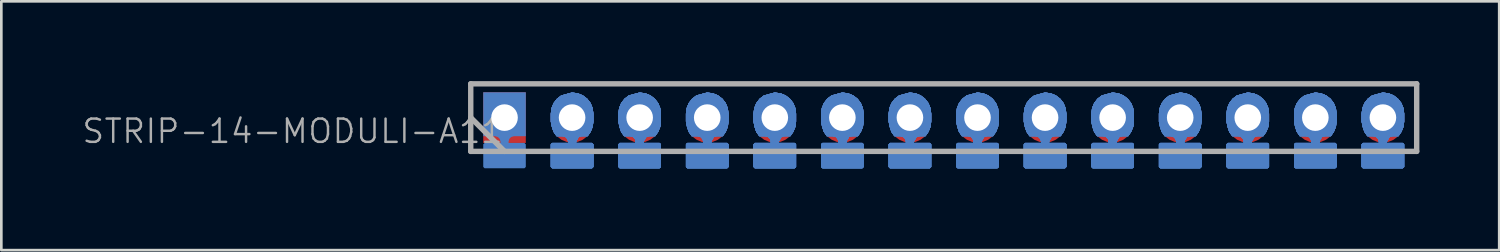
<source format=kicad_pcb>
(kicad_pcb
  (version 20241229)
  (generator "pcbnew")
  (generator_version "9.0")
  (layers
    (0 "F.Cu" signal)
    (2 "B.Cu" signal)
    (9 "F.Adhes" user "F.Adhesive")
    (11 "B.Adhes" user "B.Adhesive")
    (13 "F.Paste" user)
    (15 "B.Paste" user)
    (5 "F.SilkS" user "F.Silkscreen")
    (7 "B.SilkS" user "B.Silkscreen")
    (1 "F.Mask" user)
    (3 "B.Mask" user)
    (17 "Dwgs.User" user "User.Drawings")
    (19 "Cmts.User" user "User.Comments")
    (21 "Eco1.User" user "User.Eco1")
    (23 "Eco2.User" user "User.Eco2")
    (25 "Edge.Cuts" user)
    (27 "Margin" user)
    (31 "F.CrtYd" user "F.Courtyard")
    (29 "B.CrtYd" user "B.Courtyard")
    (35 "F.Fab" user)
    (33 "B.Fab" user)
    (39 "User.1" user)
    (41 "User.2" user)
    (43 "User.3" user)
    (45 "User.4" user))
  (footprint "STRIP-14-MODULI-A11"
    (layer "F.Cu")
    (at 15.916 1.371)
    (property "Reference" "STRIP-14-MODULI-A11" (at 0 0 0) (layer "F.Fab") (effects (font (size 0.874 0.874) (thickness 0.092)) (justify right top)))
    (attr through_hole)
    (fp_poly (pts (xy -0.8 -0.953) (xy 0.8 -0.953) (xy 0.8 0.953) (xy -0.8 0.953)) (stroke (width 0) (type solid)) (fill yes) (layer "F.Cu"))
    (fp_poly (pts (xy 1.74 0.025) (xy 1.74 -0.14) (xy 1.74 -0.14) (xy 1.767 -0.347) (xy 1.847 -0.54) (xy 1.974 -0.705) (xy 2.14 -0.833) (xy 2.54 -0.94) (xy 2.54 -0.94) (xy 2.747 -0.913) (xy 2.94 -0.833) (xy 3.106 -0.705) (xy 3.233 -0.54) (xy 3.313 -0.347) (xy 3.34 -0.14) (xy 3.34 0.025) (xy 3.34 0.14) (xy 3.34 0.14) (xy 3.313 0.347) (xy 3.233 0.54) (xy 3.106 0.705) (xy 2.94 0.833) (xy 2.747 0.913) (xy 2.54 0.94) (xy 2.54 0.94) (xy 2.333 0.913) (xy 2.14 0.833) (xy 1.974 0.705) (xy 1.847 0.54) (xy 1.74 0.14)) (stroke (width 0) (type solid)) (fill yes) (layer "F.Cu"))
    (fp_poly (pts (xy 4.28 0.025) (xy 4.28 -0.14) (xy 4.28 -0.14) (xy 4.307 -0.347) (xy 4.387 -0.54) (xy 4.514 -0.705) (xy 4.68 -0.833) (xy 5.08 -0.94) (xy 5.08 -0.94) (xy 5.287 -0.913) (xy 5.48 -0.833) (xy 5.646 -0.705) (xy 5.773 -0.54) (xy 5.853 -0.347) (xy 5.88 -0.14) (xy 5.88 0.025) (xy 5.88 0.14) (xy 5.88 0.14) (xy 5.853 0.347) (xy 5.773 0.54) (xy 5.646 0.705) (xy 5.48 0.833) (xy 5.287 0.913) (xy 5.08 0.94) (xy 5.08 0.94) (xy 4.873 0.913) (xy 4.68 0.833) (xy 4.514 0.705) (xy 4.387 0.54) (xy 4.28 0.14)) (stroke (width 0) (type solid)) (fill yes) (layer "F.Cu"))
    (fp_poly (pts (xy 6.82 0.025) (xy 6.82 -0.14) (xy 6.82 -0.14) (xy 6.847 -0.347) (xy 6.927 -0.54) (xy 7.054 -0.705) (xy 7.22 -0.833) (xy 7.62 -0.94) (xy 7.62 -0.94) (xy 7.827 -0.913) (xy 8.02 -0.833) (xy 8.186 -0.705) (xy 8.313 -0.54) (xy 8.393 -0.347) (xy 8.42 -0.14) (xy 8.42 0.025) (xy 8.42 0.14) (xy 8.42 0.14) (xy 8.393 0.347) (xy 8.313 0.54) (xy 8.186 0.705) (xy 8.02 0.833) (xy 7.827 0.913) (xy 7.62 0.94) (xy 7.62 0.94) (xy 7.413 0.913) (xy 7.22 0.833) (xy 7.054 0.705) (xy 6.927 0.54) (xy 6.82 0.14)) (stroke (width 0) (type solid)) (fill yes) (layer "F.Cu"))
    (fp_poly (pts (xy 9.36 0.025) (xy 9.36 -0.14) (xy 9.36 -0.14) (xy 9.387 -0.347) (xy 9.467 -0.54) (xy 9.594 -0.705) (xy 9.76 -0.833) (xy 10.16 -0.94) (xy 10.16 -0.94) (xy 10.367 -0.913) (xy 10.56 -0.833) (xy 10.726 -0.705) (xy 10.853 -0.54) (xy 10.933 -0.347) (xy 10.96 -0.14) (xy 10.96 0.025) (xy 10.96 0.14) (xy 10.96 0.14) (xy 10.933 0.347) (xy 10.853 0.54) (xy 10.726 0.705) (xy 10.56 0.833) (xy 10.367 0.913) (xy 10.16 0.94) (xy 10.16 0.94) (xy 9.953 0.913) (xy 9.76 0.833) (xy 9.594 0.705) (xy 9.467 0.54) (xy 9.36 0.14)) (stroke (width 0) (type solid)) (fill yes) (layer "F.Cu"))
    (fp_poly (pts (xy 11.9 0.025) (xy 11.9 -0.14) (xy 11.9 -0.14) (xy 11.927 -0.347) (xy 12.007 -0.54) (xy 12.134 -0.705) (xy 12.3 -0.833) (xy 12.7 -0.94) (xy 12.7 -0.94) (xy 12.907 -0.913) (xy 13.1 -0.833) (xy 13.266 -0.705) (xy 13.393 -0.54) (xy 13.473 -0.347) (xy 13.5 -0.14) (xy 13.5 0.025) (xy 13.5 0.14) (xy 13.5 0.14) (xy 13.473 0.347) (xy 13.393 0.54) (xy 13.266 0.705) (xy 13.1 0.833) (xy 12.907 0.913) (xy 12.7 0.94) (xy 12.7 0.94) (xy 12.493 0.913) (xy 12.3 0.833) (xy 12.134 0.705) (xy 12.007 0.54) (xy 11.9 0.14)) (stroke (width 0) (type solid)) (fill yes) (layer "F.Cu"))
    (fp_poly (pts (xy 14.44 0.025) (xy 14.44 -0.14) (xy 14.44 -0.14) (xy 14.467 -0.347) (xy 14.547 -0.54) (xy 14.674 -0.705) (xy 14.84 -0.833) (xy 15.24 -0.94) (xy 15.24 -0.94) (xy 15.447 -0.913) (xy 15.64 -0.833) (xy 15.806 -0.705) (xy 15.933 -0.54) (xy 16.013 -0.347) (xy 16.04 -0.14) (xy 16.04 0.025) (xy 16.04 0.14) (xy 16.04 0.14) (xy 16.013 0.347) (xy 15.933 0.54) (xy 15.806 0.705) (xy 15.64 0.833) (xy 15.447 0.913) (xy 15.24 0.94) (xy 15.24 0.94) (xy 15.033 0.913) (xy 14.84 0.833) (xy 14.674 0.705) (xy 14.547 0.54) (xy 14.44 0.14)) (stroke (width 0) (type solid)) (fill yes) (layer "F.Cu"))
    (fp_poly (pts (xy 16.98 0.025) (xy 16.98 -0.14) (xy 16.98 -0.14) (xy 17.007 -0.347) (xy 17.087 -0.54) (xy 17.214 -0.705) (xy 17.38 -0.833) (xy 17.78 -0.94) (xy 17.78 -0.94) (xy 17.987 -0.913) (xy 18.18 -0.833) (xy 18.346 -0.705) (xy 18.473 -0.54) (xy 18.553 -0.347) (xy 18.58 -0.14) (xy 18.58 0.025) (xy 18.58 0.14) (xy 18.58 0.14) (xy 18.553 0.347) (xy 18.473 0.54) (xy 18.346 0.705) (xy 18.18 0.833) (xy 17.987 0.913) (xy 17.78 0.94) (xy 17.78 0.94) (xy 17.573 0.913) (xy 17.38 0.833) (xy 17.214 0.705) (xy 17.087 0.54) (xy 16.98 0.14)) (stroke (width 0) (type solid)) (fill yes) (layer "F.Cu"))
    (fp_poly (pts (xy 19.52 0.025) (xy 19.52 -0.14) (xy 19.52 -0.14) (xy 19.547 -0.347) (xy 19.627 -0.54) (xy 19.754 -0.705) (xy 19.92 -0.833) (xy 20.32 -0.94) (xy 20.32 -0.94) (xy 20.527 -0.913) (xy 20.72 -0.833) (xy 20.886 -0.705) (xy 21.013 -0.54) (xy 21.093 -0.347) (xy 21.12 -0.14) (xy 21.12 0.025) (xy 21.12 0.14) (xy 21.12 0.14) (xy 21.093 0.347) (xy 21.013 0.54) (xy 20.886 0.705) (xy 20.72 0.833) (xy 20.527 0.913) (xy 20.32 0.94) (xy 20.32 0.94) (xy 20.113 0.913) (xy 19.92 0.833) (xy 19.754 0.705) (xy 19.627 0.54) (xy 19.52 0.14)) (stroke (width 0) (type solid)) (fill yes) (layer "F.Cu"))
    (fp_poly (pts (xy 22.06 0.025) (xy 22.06 -0.14) (xy 22.06 -0.14) (xy 22.087 -0.347) (xy 22.167 -0.54) (xy 22.294 -0.705) (xy 22.46 -0.833) (xy 22.86 -0.94) (xy 22.86 -0.94) (xy 23.067 -0.913) (xy 23.26 -0.833) (xy 23.426 -0.705) (xy 23.553 -0.54) (xy 23.633 -0.347) (xy 23.66 -0.14) (xy 23.66 0.025) (xy 23.66 0.14) (xy 23.66 0.14) (xy 23.633 0.347) (xy 23.553 0.54) (xy 23.426 0.705) (xy 23.26 0.833) (xy 23.067 0.913) (xy 22.86 0.94) (xy 22.86 0.94) (xy 22.653 0.913) (xy 22.46 0.833) (xy 22.294 0.705) (xy 22.167 0.54) (xy 22.06 0.14)) (stroke (width 0) (type solid)) (fill yes) (layer "F.Cu"))
    (fp_poly (pts (xy 24.6 0.025) (xy 24.6 -0.14) (xy 24.6 -0.14) (xy 24.627 -0.347) (xy 24.707 -0.54) (xy 24.834 -0.705) (xy 25 -0.833) (xy 25.4 -0.94) (xy 25.4 -0.94) (xy 25.607 -0.913) (xy 25.8 -0.833) (xy 25.966 -0.705) (xy 26.093 -0.54) (xy 26.173 -0.347) (xy 26.2 -0.14) (xy 26.2 0.025) (xy 26.2 0.14) (xy 26.2 0.14) (xy 26.173 0.347) (xy 26.093 0.54) (xy 25.966 0.705) (xy 25.8 0.833) (xy 25.607 0.913) (xy 25.4 0.94) (xy 25.4 0.94) (xy 25.193 0.913) (xy 25 0.833) (xy 24.834 0.705) (xy 24.707 0.54) (xy 24.6 0.14)) (stroke (width 0) (type solid)) (fill yes) (layer "F.Cu"))
    (fp_poly (pts (xy 27.14 0.025) (xy 27.14 -0.14) (xy 27.14 -0.14) (xy 27.167 -0.347) (xy 27.247 -0.54) (xy 27.374 -0.705) (xy 27.54 -0.833) (xy 27.94 -0.94) (xy 27.94 -0.94) (xy 28.147 -0.913) (xy 28.34 -0.833) (xy 28.506 -0.705) (xy 28.633 -0.54) (xy 28.713 -0.347) (xy 28.74 -0.14) (xy 28.74 0.025) (xy 28.74 0.14) (xy 28.74 0.14) (xy 28.713 0.347) (xy 28.633 0.54) (xy 28.506 0.705) (xy 28.34 0.833) (xy 28.147 0.913) (xy 27.94 0.94) (xy 27.94 0.94) (xy 27.733 0.913) (xy 27.54 0.833) (xy 27.374 0.705) (xy 27.247 0.54) (xy 27.14 0.14)) (stroke (width 0) (type solid)) (fill yes) (layer "F.Cu"))
    (fp_poly (pts (xy 29.68 0.025) (xy 29.68 -0.14) (xy 29.68 -0.14) (xy 29.707 -0.347) (xy 29.787 -0.54) (xy 29.914 -0.705) (xy 30.08 -0.833) (xy 30.48 -0.94) (xy 30.48 -0.94) (xy 30.687 -0.913) (xy 30.88 -0.833) (xy 31.046 -0.705) (xy 31.173 -0.54) (xy 31.253 -0.347) (xy 31.28 -0.14) (xy 31.28 0.025) (xy 31.28 0.14) (xy 31.28 0.14) (xy 31.253 0.347) (xy 31.173 0.54) (xy 31.046 0.705) (xy 30.88 0.833) (xy 30.687 0.913) (xy 30.48 0.94) (xy 30.48 0.94) (xy 30.273 0.913) (xy 30.08 0.833) (xy 29.914 0.705) (xy 29.787 0.54) (xy 29.68 0.14)) (stroke (width 0) (type solid)) (fill yes) (layer "F.Cu"))
    (fp_poly (pts (xy 32.22 0.025) (xy 32.22 -0.14) (xy 32.22 -0.14) (xy 32.247 -0.347) (xy 32.327 -0.54) (xy 32.454 -0.705) (xy 32.62 -0.833) (xy 33.02 -0.94) (xy 33.02 -0.94) (xy 33.227 -0.913) (xy 33.42 -0.833) (xy 33.586 -0.705) (xy 33.713 -0.54) (xy 33.793 -0.347) (xy 33.82 -0.14) (xy 33.82 0.025) (xy 33.82 0.14) (xy 33.82 0.14) (xy 33.793 0.347) (xy 33.713 0.54) (xy 33.586 0.705) (xy 33.42 0.833) (xy 33.227 0.913) (xy 33.02 0.94) (xy 33.02 0.94) (xy 32.813 0.913) (xy 32.62 0.833) (xy 32.454 0.705) (xy 32.327 0.54) (xy 32.22 0.14)) (stroke (width 0) (type solid)) (fill yes) (layer "F.Cu"))
    (fp_poly (pts (xy -0.876 -1.029) (xy 0.876 -1.029) (xy 0.876 1.029) (xy -0.876 1.029)) (stroke (width 0) (type solid)) (fill yes) (layer "F.Mask"))
    (fp_poly (pts (xy 1.664 0.14) (xy 1.664 -0.127) (xy 1.664 -0.127) (xy 1.692 -0.356) (xy 1.779 -0.569) (xy 1.918 -0.753) (xy 2.1 -0.895) (xy 2.54 -1.016) (xy 2.54 -1.016) (xy 2.768 -0.984) (xy 2.98 -0.895) (xy 3.162 -0.753) (xy 3.301 -0.569) (xy 3.388 -0.356) (xy 3.416 -0.127) (xy 3.416 0.14) (xy 3.416 0.14) (xy 3.386 0.367) (xy 3.299 0.578) (xy 3.16 0.759) (xy 2.978 0.899) (xy 2.767 0.986) (xy 2.54 1.016) (xy 2.54 1.016) (xy 2.313 0.986) (xy 2.102 0.899) (xy 1.92 0.759) (xy 1.781 0.578)) (stroke (width 0) (type solid)) (fill yes) (layer "F.Mask"))
    (fp_poly (pts (xy 4.204 0.14) (xy 4.204 -0.127) (xy 4.204 -0.127) (xy 4.232 -0.356) (xy 4.319 -0.569) (xy 4.458 -0.753) (xy 4.64 -0.895) (xy 5.08 -1.016) (xy 5.08 -1.016) (xy 5.308 -0.984) (xy 5.52 -0.895) (xy 5.702 -0.753) (xy 5.841 -0.569) (xy 5.928 -0.356) (xy 5.956 -0.127) (xy 5.956 0.14) (xy 5.956 0.14) (xy 5.926 0.367) (xy 5.839 0.578) (xy 5.7 0.759) (xy 5.518 0.899) (xy 5.307 0.986) (xy 5.08 1.016) (xy 5.08 1.016) (xy 4.853 0.986) (xy 4.642 0.899) (xy 4.46 0.759) (xy 4.321 0.578)) (stroke (width 0) (type solid)) (fill yes) (layer "F.Mask"))
    (fp_poly (pts (xy 6.744 0.14) (xy 6.744 -0.127) (xy 6.744 -0.127) (xy 6.772 -0.356) (xy 6.859 -0.569) (xy 6.998 -0.753) (xy 7.18 -0.895) (xy 7.62 -1.016) (xy 7.62 -1.016) (xy 7.848 -0.984) (xy 8.06 -0.895) (xy 8.242 -0.753) (xy 8.381 -0.569) (xy 8.468 -0.356) (xy 8.496 -0.127) (xy 8.496 0.14) (xy 8.496 0.14) (xy 8.466 0.367) (xy 8.379 0.578) (xy 8.24 0.759) (xy 8.058 0.899) (xy 7.847 0.986) (xy 7.62 1.016) (xy 7.62 1.016) (xy 7.393 0.986) (xy 7.182 0.899) (xy 7 0.759) (xy 6.861 0.578)) (stroke (width 0) (type solid)) (fill yes) (layer "F.Mask"))
    (fp_poly (pts (xy 9.284 0.14) (xy 9.284 -0.127) (xy 9.284 -0.127) (xy 9.312 -0.356) (xy 9.399 -0.569) (xy 9.538 -0.753) (xy 9.72 -0.895) (xy 10.16 -1.016) (xy 10.16 -1.016) (xy 10.388 -0.984) (xy 10.6 -0.895) (xy 10.782 -0.753) (xy 10.921 -0.569) (xy 11.008 -0.356) (xy 11.036 -0.127) (xy 11.036 0.14) (xy 11.036 0.14) (xy 11.006 0.367) (xy 10.919 0.578) (xy 10.78 0.759) (xy 10.598 0.899) (xy 10.387 0.986) (xy 10.16 1.016) (xy 10.16 1.016) (xy 9.933 0.986) (xy 9.722 0.899) (xy 9.54 0.759) (xy 9.401 0.578)) (stroke (width 0) (type solid)) (fill yes) (layer "F.Mask"))
    (fp_poly (pts (xy 11.824 0.14) (xy 11.824 -0.127) (xy 11.824 -0.127) (xy 11.852 -0.356) (xy 11.939 -0.569) (xy 12.078 -0.753) (xy 12.26 -0.895) (xy 12.7 -1.016) (xy 12.7 -1.016) (xy 12.928 -0.984) (xy 13.14 -0.895) (xy 13.322 -0.753) (xy 13.461 -0.569) (xy 13.548 -0.356) (xy 13.576 -0.127) (xy 13.576 0.14) (xy 13.576 0.14) (xy 13.546 0.367) (xy 13.459 0.578) (xy 13.32 0.759) (xy 13.138 0.899) (xy 12.927 0.986) (xy 12.7 1.016) (xy 12.7 1.016) (xy 12.473 0.986) (xy 12.262 0.899) (xy 12.08 0.759) (xy 11.941 0.578)) (stroke (width 0) (type solid)) (fill yes) (layer "F.Mask"))
    (fp_poly (pts (xy 14.364 0.14) (xy 14.364 -0.127) (xy 14.364 -0.127) (xy 14.392 -0.356) (xy 14.479 -0.569) (xy 14.618 -0.753) (xy 14.8 -0.895) (xy 15.24 -1.016) (xy 15.24 -1.016) (xy 15.468 -0.984) (xy 15.68 -0.895) (xy 15.862 -0.753) (xy 16.001 -0.569) (xy 16.088 -0.356) (xy 16.116 -0.127) (xy 16.116 0.14) (xy 16.116 0.14) (xy 16.086 0.367) (xy 15.999 0.578) (xy 15.86 0.759) (xy 15.678 0.899) (xy 15.467 0.986) (xy 15.24 1.016) (xy 15.24 1.016) (xy 15.013 0.986) (xy 14.802 0.899) (xy 14.62 0.759) (xy 14.481 0.578)) (stroke (width 0) (type solid)) (fill yes) (layer "F.Mask"))
    (fp_poly (pts (xy 16.904 0.14) (xy 16.904 -0.127) (xy 16.904 -0.127) (xy 16.932 -0.356) (xy 17.019 -0.569) (xy 17.158 -0.753) (xy 17.34 -0.895) (xy 17.78 -1.016) (xy 17.78 -1.016) (xy 18.008 -0.984) (xy 18.22 -0.895) (xy 18.402 -0.753) (xy 18.541 -0.569) (xy 18.628 -0.356) (xy 18.656 -0.127) (xy 18.656 0.14) (xy 18.656 0.14) (xy 18.626 0.367) (xy 18.539 0.578) (xy 18.4 0.759) (xy 18.218 0.899) (xy 18.007 0.986) (xy 17.78 1.016) (xy 17.78 1.016) (xy 17.553 0.986) (xy 17.342 0.899) (xy 17.16 0.759) (xy 17.021 0.578)) (stroke (width 0) (type solid)) (fill yes) (layer "F.Mask"))
    (fp_poly (pts (xy 19.444 0.14) (xy 19.444 -0.127) (xy 19.444 -0.127) (xy 19.472 -0.356) (xy 19.559 -0.569) (xy 19.698 -0.753) (xy 19.88 -0.895) (xy 20.32 -1.016) (xy 20.32 -1.016) (xy 20.548 -0.984) (xy 20.76 -0.895) (xy 20.942 -0.753) (xy 21.081 -0.569) (xy 21.168 -0.356) (xy 21.196 -0.127) (xy 21.196 0.14) (xy 21.196 0.14) (xy 21.166 0.367) (xy 21.079 0.578) (xy 20.94 0.759) (xy 20.758 0.899) (xy 20.547 0.986) (xy 20.32 1.016) (xy 20.32 1.016) (xy 20.093 0.986) (xy 19.882 0.899) (xy 19.7 0.759) (xy 19.561 0.578)) (stroke (width 0) (type solid)) (fill yes) (layer "F.Mask"))
    (fp_poly (pts (xy 21.984 0.14) (xy 21.984 -0.127) (xy 21.984 -0.127) (xy 22.012 -0.356) (xy 22.099 -0.569) (xy 22.238 -0.753) (xy 22.42 -0.895) (xy 22.86 -1.016) (xy 22.86 -1.016) (xy 23.088 -0.984) (xy 23.3 -0.895) (xy 23.482 -0.753) (xy 23.621 -0.569) (xy 23.708 -0.356) (xy 23.736 -0.127) (xy 23.736 0.14) (xy 23.736 0.14) (xy 23.706 0.367) (xy 23.619 0.578) (xy 23.48 0.759) (xy 23.298 0.899) (xy 23.087 0.986) (xy 22.86 1.016) (xy 22.86 1.016) (xy 22.633 0.986) (xy 22.422 0.899) (xy 22.24 0.759) (xy 22.101 0.578)) (stroke (width 0) (type solid)) (fill yes) (layer "F.Mask"))
    (fp_poly (pts (xy 24.524 0.14) (xy 24.524 -0.127) (xy 24.524 -0.127) (xy 24.552 -0.356) (xy 24.639 -0.569) (xy 24.778 -0.753) (xy 24.96 -0.895) (xy 25.4 -1.016) (xy 25.4 -1.016) (xy 25.628 -0.984) (xy 25.84 -0.895) (xy 26.022 -0.753) (xy 26.161 -0.569) (xy 26.248 -0.356) (xy 26.276 -0.127) (xy 26.276 0.14) (xy 26.276 0.14) (xy 26.246 0.367) (xy 26.159 0.578) (xy 26.02 0.759) (xy 25.838 0.899) (xy 25.627 0.986) (xy 25.4 1.016) (xy 25.4 1.016) (xy 25.173 0.986) (xy 24.962 0.899) (xy 24.78 0.759) (xy 24.641 0.578)) (stroke (width 0) (type solid)) (fill yes) (layer "F.Mask"))
    (fp_poly (pts (xy 27.064 0.14) (xy 27.064 -0.127) (xy 27.064 -0.127) (xy 27.092 -0.356) (xy 27.179 -0.569) (xy 27.318 -0.753) (xy 27.5 -0.895) (xy 27.94 -1.016) (xy 27.94 -1.016) (xy 28.168 -0.984) (xy 28.38 -0.895) (xy 28.562 -0.753) (xy 28.701 -0.569) (xy 28.788 -0.356) (xy 28.816 -0.127) (xy 28.816 0.14) (xy 28.816 0.14) (xy 28.786 0.367) (xy 28.699 0.578) (xy 28.56 0.759) (xy 28.378 0.899) (xy 28.167 0.986) (xy 27.94 1.016) (xy 27.94 1.016) (xy 27.713 0.986) (xy 27.502 0.899) (xy 27.32 0.759) (xy 27.181 0.578)) (stroke (width 0) (type solid)) (fill yes) (layer "F.Mask"))
    (fp_poly (pts (xy 29.604 0.14) (xy 29.604 -0.127) (xy 29.604 -0.127) (xy 29.632 -0.356) (xy 29.719 -0.569) (xy 29.858 -0.753) (xy 30.04 -0.895) (xy 30.48 -1.016) (xy 30.48 -1.016) (xy 30.708 -0.984) (xy 30.92 -0.895) (xy 31.102 -0.753) (xy 31.241 -0.569) (xy 31.328 -0.356) (xy 31.356 -0.127) (xy 31.356 0.14) (xy 31.356 0.14) (xy 31.326 0.367) (xy 31.239 0.578) (xy 31.1 0.759) (xy 30.918 0.899) (xy 30.707 0.986) (xy 30.48 1.016) (xy 30.48 1.016) (xy 30.253 0.986) (xy 30.042 0.899) (xy 29.86 0.759) (xy 29.721 0.578)) (stroke (width 0) (type solid)) (fill yes) (layer "F.Mask"))
    (fp_poly (pts (xy 32.144 0.14) (xy 32.144 -0.127) (xy 32.144 -0.127) (xy 32.172 -0.356) (xy 32.259 -0.569) (xy 32.398 -0.753) (xy 32.58 -0.895) (xy 33.02 -1.016) (xy 33.02 -1.016) (xy 33.248 -0.984) (xy 33.46 -0.895) (xy 33.642 -0.753) (xy 33.781 -0.569) (xy 33.868 -0.356) (xy 33.896 -0.127) (xy 33.896 0.14) (xy 33.896 0.14) (xy 33.866 0.367) (xy 33.779 0.578) (xy 33.64 0.759) (xy 33.458 0.899) (xy 33.247 0.986) (xy 33.02 1.016) (xy 33.02 1.016) (xy 32.793 0.986) (xy 32.582 0.899) (xy 32.4 0.759) (xy 32.261 0.578)) (stroke (width 0) (type solid)) (fill yes) (layer "F.Mask"))
    (fp_poly (pts (xy -0.8 -0.953) (xy -0.8 0.699) (xy -0.356 0.699) (xy -0.254 0.726) (xy -0.18 0.8) (xy -0.152 0.902) (xy -0.152 0.953) (xy -0.749 0.953) (xy -0.8 1.003) (xy -0.8 1.854) (xy -0.749 1.905) (xy 0.749 1.905) (xy 0.8 1.854) (xy 0.8 1.003) (xy 0.749 0.953) (xy 0.152 0.953) (xy 0.152 0.902) (xy 0.18 0.8) (xy 0.254 0.726) (xy 0.356 0.699) (xy 0.8 0.699) (xy 0.8 -0.953)) (stroke (width 0) (type solid)) (fill yes) (layer "B.Cu"))
    (fp_poly (pts (xy 1.74 -0.152) (xy 1.74 -0.152) (xy 1.767 -0.356) (xy 1.845 -0.546) (xy 1.971 -0.709) (xy 2.134 -0.834) (xy 2.527 -0.94) (xy 2.54 -0.94) (xy 2.553 -0.94) (xy 2.553 -0.94) (xy 2.756 -0.913) (xy 2.946 -0.834) (xy 3.109 -0.709) (xy 3.235 -0.546) (xy 3.313 -0.356) (xy 3.34 -0.152) (xy 3.34 0.152) (xy 3.315 0.343) (xy 3.239 0.533) (xy 3.124 0.699) (xy 2.896 0.699) (xy 2.794 0.726) (xy 2.692 0.902) (xy 2.692 0.953) (xy 3.289 0.953) (xy 3.34 1.003) (xy 3.34 1.854) (xy 3.289 1.905) (xy 1.791 1.905) (xy 1.74 1.854) (xy 1.74 1.003) (xy 1.791 0.953) (xy 2.388 0.953) (xy 2.388 0.902) (xy 2.36 0.8) (xy 2.286 0.726) (xy 2.184 0.699) (xy 1.956 0.699) (xy 1.841 0.533) (xy 1.778 0.343) (xy 1.74 0.152)) (stroke (width 0) (type solid)) (fill yes) (layer "B.Cu"))
    (fp_poly (pts (xy 1.74 -0.152) (xy 1.74 -0.152) (xy 1.767 -0.356) (xy 1.845 -0.546) (xy 1.971 -0.709) (xy 2.134 -0.834) (xy 2.527 -0.94) (xy 2.54 -0.94) (xy 2.553 -0.94) (xy 2.553 -0.94) (xy 2.756 -0.913) (xy 2.946 -0.834) (xy 3.109 -0.709) (xy 3.235 -0.546) (xy 3.313 -0.356) (xy 3.34 -0.152) (xy 3.34 0.152) (xy 3.315 0.343) (xy 3.239 0.533) (xy 3.124 0.699) (xy 2.896 0.699) (xy 2.794 0.726) (xy 2.692 0.902) (xy 2.692 0.953) (xy 3.289 0.953) (xy 3.34 1.003) (xy 3.34 1.854) (xy 3.289 1.905) (xy 1.791 1.905) (xy 1.74 1.854) (xy 1.74 1.003) (xy 1.791 0.953) (xy 2.388 0.953) (xy 2.388 0.902) (xy 2.36 0.8) (xy 2.286 0.726) (xy 2.184 0.699) (xy 1.956 0.699) (xy 1.841 0.533) (xy 1.778 0.343) (xy 1.74 0.152)) (stroke (width 0) (type solid)) (fill yes) (layer "B.Cu"))
    (fp_poly (pts (xy 1.74 -0.152) (xy 1.74 -0.152) (xy 1.767 -0.356) (xy 1.845 -0.546) (xy 1.971 -0.709) (xy 2.134 -0.834) (xy 2.527 -0.94) (xy 2.54 -0.94) (xy 2.553 -0.94) (xy 2.553 -0.94) (xy 2.756 -0.913) (xy 2.946 -0.834) (xy 3.109 -0.709) (xy 3.235 -0.546) (xy 3.313 -0.356) (xy 3.34 -0.152) (xy 3.34 0.152) (xy 3.315 0.343) (xy 3.239 0.533) (xy 3.124 0.699) (xy 2.896 0.699) (xy 2.794 0.726) (xy 2.692 0.902) (xy 2.692 0.953) (xy 3.289 0.953) (xy 3.34 1.003) (xy 3.34 1.854) (xy 3.289 1.905) (xy 1.791 1.905) (xy 1.74 1.854) (xy 1.74 1.003) (xy 1.791 0.953) (xy 2.388 0.953) (xy 2.388 0.902) (xy 2.36 0.8) (xy 2.286 0.726) (xy 2.184 0.699) (xy 1.956 0.699) (xy 1.841 0.533) (xy 1.778 0.343) (xy 1.74 0.152)) (stroke (width 0) (type solid)) (fill yes) (layer "B.Cu"))
    (fp_poly (pts (xy 1.74 -0.152) (xy 1.74 -0.152) (xy 1.767 -0.356) (xy 1.845 -0.546) (xy 1.971 -0.709) (xy 2.134 -0.834) (xy 2.527 -0.94) (xy 2.54 -0.94) (xy 2.553 -0.94) (xy 2.553 -0.94) (xy 2.756 -0.913) (xy 2.946 -0.834) (xy 3.109 -0.709) (xy 3.235 -0.546) (xy 3.313 -0.356) (xy 3.34 -0.152) (xy 3.34 0.152) (xy 3.315 0.343) (xy 3.239 0.533) (xy 3.124 0.699) (xy 2.896 0.699) (xy 2.794 0.726) (xy 2.692 0.902) (xy 2.692 0.953) (xy 3.289 0.953) (xy 3.34 1.003) (xy 3.34 1.854) (xy 3.289 1.905) (xy 1.791 1.905) (xy 1.74 1.854) (xy 1.74 1.003) (xy 1.791 0.953) (xy 2.388 0.953) (xy 2.388 0.902) (xy 2.36 0.8) (xy 2.286 0.726) (xy 2.184 0.699) (xy 1.956 0.699) (xy 1.841 0.533) (xy 1.778 0.343) (xy 1.74 0.152)) (stroke (width 0) (type solid)) (fill yes) (layer "B.Cu"))
    (fp_poly (pts (xy 1.74 -0.152) (xy 1.74 -0.152) (xy 1.767 -0.356) (xy 1.845 -0.546) (xy 1.971 -0.709) (xy 2.134 -0.834) (xy 2.527 -0.94) (xy 2.54 -0.94) (xy 2.553 -0.94) (xy 2.553 -0.94) (xy 2.756 -0.913) (xy 2.946 -0.834) (xy 3.109 -0.709) (xy 3.235 -0.546) (xy 3.313 -0.356) (xy 3.34 -0.152) (xy 3.34 0.152) (xy 3.315 0.343) (xy 3.239 0.533) (xy 3.124 0.699) (xy 2.896 0.699) (xy 2.794 0.726) (xy 2.692 0.902) (xy 2.692 0.953) (xy 3.289 0.953) (xy 3.34 1.003) (xy 3.34 1.854) (xy 3.289 1.905) (xy 1.791 1.905) (xy 1.74 1.854) (xy 1.74 1.003) (xy 1.791 0.953) (xy 2.388 0.953) (xy 2.388 0.902) (xy 2.36 0.8) (xy 2.286 0.726) (xy 2.184 0.699) (xy 1.956 0.699) (xy 1.841 0.533) (xy 1.778 0.343) (xy 1.74 0.152)) (stroke (width 0) (type solid)) (fill yes) (layer "B.Cu"))
    (fp_poly (pts (xy 1.74 -0.152) (xy 1.74 -0.152) (xy 1.767 -0.356) (xy 1.845 -0.546) (xy 1.971 -0.709) (xy 2.134 -0.834) (xy 2.527 -0.94) (xy 2.54 -0.94) (xy 2.553 -0.94) (xy 2.553 -0.94) (xy 2.756 -0.913) (xy 2.946 -0.834) (xy 3.109 -0.709) (xy 3.235 -0.546) (xy 3.313 -0.356) (xy 3.34 -0.152) (xy 3.34 0.152) (xy 3.315 0.343) (xy 3.239 0.533) (xy 3.124 0.699) (xy 2.896 0.699) (xy 2.794 0.726) (xy 2.692 0.902) (xy 2.692 0.953) (xy 3.289 0.953) (xy 3.34 1.003) (xy 3.34 1.854) (xy 3.289 1.905) (xy 1.791 1.905) (xy 1.74 1.854) (xy 1.74 1.003) (xy 1.791 0.953) (xy 2.388 0.953) (xy 2.388 0.902) (xy 2.36 0.8) (xy 2.286 0.726) (xy 2.184 0.699) (xy 1.956 0.699) (xy 1.841 0.533) (xy 1.778 0.343) (xy 1.74 0.152)) (stroke (width 0) (type solid)) (fill yes) (layer "B.Cu"))
    (fp_poly (pts (xy 1.74 -0.152) (xy 1.74 -0.152) (xy 1.767 -0.356) (xy 1.845 -0.546) (xy 1.971 -0.709) (xy 2.134 -0.834) (xy 2.527 -0.94) (xy 2.54 -0.94) (xy 2.553 -0.94) (xy 2.553 -0.94) (xy 2.756 -0.913) (xy 2.946 -0.834) (xy 3.109 -0.709) (xy 3.235 -0.546) (xy 3.313 -0.356) (xy 3.34 -0.152) (xy 3.34 0.152) (xy 3.315 0.343) (xy 3.239 0.533) (xy 3.124 0.699) (xy 2.896 0.699) (xy 2.794 0.726) (xy 2.692 0.902) (xy 2.692 0.953) (xy 3.289 0.953) (xy 3.34 1.003) (xy 3.34 1.854) (xy 3.289 1.905) (xy 1.791 1.905) (xy 1.74 1.854) (xy 1.74 1.003) (xy 1.791 0.953) (xy 2.388 0.953) (xy 2.388 0.902) (xy 2.36 0.8) (xy 2.286 0.726) (xy 2.184 0.699) (xy 1.956 0.699) (xy 1.841 0.533) (xy 1.778 0.343) (xy 1.74 0.152)) (stroke (width 0) (type solid)) (fill yes) (layer "B.Cu"))
    (fp_poly (pts (xy 4.28 -0.152) (xy 4.28 -0.152) (xy 4.307 -0.356) (xy 4.385 -0.546) (xy 4.511 -0.709) (xy 4.674 -0.834) (xy 5.067 -0.94) (xy 5.08 -0.94) (xy 5.093 -0.94) (xy 5.093 -0.94) (xy 5.296 -0.913) (xy 5.486 -0.834) (xy 5.649 -0.709) (xy 5.775 -0.546) (xy 5.853 -0.356) (xy 5.88 -0.152) (xy 5.88 0.152) (xy 5.855 0.343) (xy 5.779 0.533) (xy 5.664 0.699) (xy 5.436 0.699) (xy 5.334 0.726) (xy 5.232 0.902) (xy 5.232 0.953) (xy 5.829 0.953) (xy 5.88 1.003) (xy 5.88 1.854) (xy 5.829 1.905) (xy 4.331 1.905) (xy 4.28 1.854) (xy 4.28 1.003) (xy 4.331 0.953) (xy 4.928 0.953) (xy 4.928 0.902) (xy 4.9 0.8) (xy 4.826 0.726) (xy 4.724 0.699) (xy 4.496 0.699) (xy 4.381 0.533) (xy 4.318 0.343) (xy 4.28 0.152)) (stroke (width 0) (type solid)) (fill yes) (layer "B.Cu"))
    (fp_poly (pts (xy 4.28 -0.152) (xy 4.28 -0.152) (xy 4.307 -0.356) (xy 4.385 -0.546) (xy 4.511 -0.709) (xy 4.674 -0.834) (xy 5.067 -0.94) (xy 5.08 -0.94) (xy 5.093 -0.94) (xy 5.093 -0.94) (xy 5.296 -0.913) (xy 5.486 -0.834) (xy 5.649 -0.709) (xy 5.775 -0.546) (xy 5.853 -0.356) (xy 5.88 -0.152) (xy 5.88 0.152) (xy 5.855 0.343) (xy 5.779 0.533) (xy 5.664 0.699) (xy 5.436 0.699) (xy 5.334 0.726) (xy 5.232 0.902) (xy 5.232 0.953) (xy 5.829 0.953) (xy 5.88 1.003) (xy 5.88 1.854) (xy 5.829 1.905) (xy 4.331 1.905) (xy 4.28 1.854) (xy 4.28 1.003) (xy 4.331 0.953) (xy 4.928 0.953) (xy 4.928 0.902) (xy 4.9 0.8) (xy 4.826 0.726) (xy 4.724 0.699) (xy 4.496 0.699) (xy 4.381 0.533) (xy 4.318 0.343) (xy 4.28 0.152)) (stroke (width 0) (type solid)) (fill yes) (layer "B.Cu"))
    (fp_poly (pts (xy 4.28 -0.152) (xy 4.28 -0.152) (xy 4.307 -0.356) (xy 4.385 -0.546) (xy 4.511 -0.709) (xy 4.674 -0.834) (xy 5.067 -0.94) (xy 5.08 -0.94) (xy 5.093 -0.94) (xy 5.093 -0.94) (xy 5.296 -0.913) (xy 5.486 -0.834) (xy 5.649 -0.709) (xy 5.775 -0.546) (xy 5.853 -0.356) (xy 5.88 -0.152) (xy 5.88 0.152) (xy 5.855 0.343) (xy 5.779 0.533) (xy 5.664 0.699) (xy 5.436 0.699) (xy 5.334 0.726) (xy 5.232 0.902) (xy 5.232 0.953) (xy 5.829 0.953) (xy 5.88 1.003) (xy 5.88 1.854) (xy 5.829 1.905) (xy 4.331 1.905) (xy 4.28 1.854) (xy 4.28 1.003) (xy 4.331 0.953) (xy 4.928 0.953) (xy 4.928 0.902) (xy 4.9 0.8) (xy 4.826 0.726) (xy 4.724 0.699) (xy 4.496 0.699) (xy 4.381 0.533) (xy 4.318 0.343) (xy 4.28 0.152)) (stroke (width 0) (type solid)) (fill yes) (layer "B.Cu"))
    (fp_poly (pts (xy 4.28 -0.152) (xy 4.28 -0.152) (xy 4.307 -0.356) (xy 4.385 -0.546) (xy 4.511 -0.709) (xy 4.674 -0.834) (xy 5.067 -0.94) (xy 5.08 -0.94) (xy 5.093 -0.94) (xy 5.093 -0.94) (xy 5.296 -0.913) (xy 5.486 -0.834) (xy 5.649 -0.709) (xy 5.775 -0.546) (xy 5.853 -0.356) (xy 5.88 -0.152) (xy 5.88 0.152) (xy 5.855 0.343) (xy 5.779 0.533) (xy 5.664 0.699) (xy 5.436 0.699) (xy 5.334 0.726) (xy 5.232 0.902) (xy 5.232 0.953) (xy 5.829 0.953) (xy 5.88 1.003) (xy 5.88 1.854) (xy 5.829 1.905) (xy 4.331 1.905) (xy 4.28 1.854) (xy 4.28 1.003) (xy 4.331 0.953) (xy 4.928 0.953) (xy 4.928 0.902) (xy 4.9 0.8) (xy 4.826 0.726) (xy 4.724 0.699) (xy 4.496 0.699) (xy 4.381 0.533) (xy 4.318 0.343) (xy 4.28 0.152)) (stroke (width 0) (type solid)) (fill yes) (layer "B.Cu"))
    (fp_poly (pts (xy 4.28 -0.152) (xy 4.28 -0.152) (xy 4.307 -0.356) (xy 4.385 -0.546) (xy 4.511 -0.709) (xy 4.674 -0.834) (xy 5.067 -0.94) (xy 5.08 -0.94) (xy 5.093 -0.94) (xy 5.093 -0.94) (xy 5.296 -0.913) (xy 5.486 -0.834) (xy 5.649 -0.709) (xy 5.775 -0.546) (xy 5.853 -0.356) (xy 5.88 -0.152) (xy 5.88 0.152) (xy 5.855 0.343) (xy 5.779 0.533) (xy 5.664 0.699) (xy 5.436 0.699) (xy 5.334 0.726) (xy 5.232 0.902) (xy 5.232 0.953) (xy 5.829 0.953) (xy 5.88 1.003) (xy 5.88 1.854) (xy 5.829 1.905) (xy 4.331 1.905) (xy 4.28 1.854) (xy 4.28 1.003) (xy 4.331 0.953) (xy 4.928 0.953) (xy 4.928 0.902) (xy 4.9 0.8) (xy 4.826 0.726) (xy 4.724 0.699) (xy 4.496 0.699) (xy 4.381 0.533) (xy 4.318 0.343) (xy 4.28 0.152)) (stroke (width 0) (type solid)) (fill yes) (layer "B.Cu"))
    (fp_poly (pts (xy 4.28 -0.152) (xy 4.28 -0.152) (xy 4.307 -0.356) (xy 4.385 -0.546) (xy 4.511 -0.709) (xy 4.674 -0.834) (xy 5.067 -0.94) (xy 5.08 -0.94) (xy 5.093 -0.94) (xy 5.093 -0.94) (xy 5.296 -0.913) (xy 5.486 -0.834) (xy 5.649 -0.709) (xy 5.775 -0.546) (xy 5.853 -0.356) (xy 5.88 -0.152) (xy 5.88 0.152) (xy 5.855 0.343) (xy 5.779 0.533) (xy 5.664 0.699) (xy 5.436 0.699) (xy 5.334 0.726) (xy 5.232 0.902) (xy 5.232 0.953) (xy 5.829 0.953) (xy 5.88 1.003) (xy 5.88 1.854) (xy 5.829 1.905) (xy 4.331 1.905) (xy 4.28 1.854) (xy 4.28 1.003) (xy 4.331 0.953) (xy 4.928 0.953) (xy 4.928 0.902) (xy 4.9 0.8) (xy 4.826 0.726) (xy 4.724 0.699) (xy 4.496 0.699) (xy 4.381 0.533) (xy 4.318 0.343) (xy 4.28 0.152)) (stroke (width 0) (type solid)) (fill yes) (layer "B.Cu"))
    (fp_poly (pts (xy 4.28 -0.152) (xy 4.28 -0.152) (xy 4.307 -0.356) (xy 4.385 -0.546) (xy 4.511 -0.709) (xy 4.674 -0.834) (xy 5.067 -0.94) (xy 5.08 -0.94) (xy 5.093 -0.94) (xy 5.093 -0.94) (xy 5.296 -0.913) (xy 5.486 -0.834) (xy 5.649 -0.709) (xy 5.775 -0.546) (xy 5.853 -0.356) (xy 5.88 -0.152) (xy 5.88 0.152) (xy 5.855 0.343) (xy 5.779 0.533) (xy 5.664 0.699) (xy 5.436 0.699) (xy 5.334 0.726) (xy 5.232 0.902) (xy 5.232 0.953) (xy 5.829 0.953) (xy 5.88 1.003) (xy 5.88 1.854) (xy 5.829 1.905) (xy 4.331 1.905) (xy 4.28 1.854) (xy 4.28 1.003) (xy 4.331 0.953) (xy 4.928 0.953) (xy 4.928 0.902) (xy 4.9 0.8) (xy 4.826 0.726) (xy 4.724 0.699) (xy 4.496 0.699) (xy 4.381 0.533) (xy 4.318 0.343) (xy 4.28 0.152)) (stroke (width 0) (type solid)) (fill yes) (layer "B.Cu"))
    (fp_poly (pts (xy 6.82 -0.152) (xy 6.82 -0.152) (xy 6.847 -0.356) (xy 6.925 -0.546) (xy 7.051 -0.709) (xy 7.214 -0.834) (xy 7.607 -0.94) (xy 7.62 -0.94) (xy 7.633 -0.94) (xy 7.633 -0.94) (xy 7.836 -0.913) (xy 8.026 -0.834) (xy 8.189 -0.709) (xy 8.315 -0.546) (xy 8.393 -0.356) (xy 8.42 -0.152) (xy 8.42 0.152) (xy 8.395 0.343) (xy 8.319 0.533) (xy 8.204 0.699) (xy 7.976 0.699) (xy 7.874 0.726) (xy 7.772 0.902) (xy 7.772 0.953) (xy 8.369 0.953) (xy 8.42 1.003) (xy 8.42 1.854) (xy 8.369 1.905) (xy 6.871 1.905) (xy 6.82 1.854) (xy 6.82 1.003) (xy 6.871 0.953) (xy 7.468 0.953) (xy 7.468 0.902) (xy 7.44 0.8) (xy 7.366 0.726) (xy 7.264 0.699) (xy 7.036 0.699) (xy 6.921 0.533) (xy 6.858 0.343) (xy 6.82 0.152)) (stroke (width 0) (type solid)) (fill yes) (layer "B.Cu"))
    (fp_poly (pts (xy 6.82 -0.152) (xy 6.82 -0.152) (xy 6.847 -0.356) (xy 6.925 -0.546) (xy 7.051 -0.709) (xy 7.214 -0.834) (xy 7.607 -0.94) (xy 7.62 -0.94) (xy 7.633 -0.94) (xy 7.633 -0.94) (xy 7.836 -0.913) (xy 8.026 -0.834) (xy 8.189 -0.709) (xy 8.315 -0.546) (xy 8.393 -0.356) (xy 8.42 -0.152) (xy 8.42 0.152) (xy 8.395 0.343) (xy 8.319 0.533) (xy 8.204 0.699) (xy 7.976 0.699) (xy 7.874 0.726) (xy 7.772 0.902) (xy 7.772 0.953) (xy 8.369 0.953) (xy 8.42 1.003) (xy 8.42 1.854) (xy 8.369 1.905) (xy 6.871 1.905) (xy 6.82 1.854) (xy 6.82 1.003) (xy 6.871 0.953) (xy 7.468 0.953) (xy 7.468 0.902) (xy 7.44 0.8) (xy 7.366 0.726) (xy 7.264 0.699) (xy 7.036 0.699) (xy 6.921 0.533) (xy 6.858 0.343) (xy 6.82 0.152)) (stroke (width 0) (type solid)) (fill yes) (layer "B.Cu"))
    (fp_poly (pts (xy 6.82 -0.152) (xy 6.82 -0.152) (xy 6.847 -0.356) (xy 6.925 -0.546) (xy 7.051 -0.709) (xy 7.214 -0.834) (xy 7.607 -0.94) (xy 7.62 -0.94) (xy 7.633 -0.94) (xy 7.633 -0.94) (xy 7.836 -0.913) (xy 8.026 -0.834) (xy 8.189 -0.709) (xy 8.315 -0.546) (xy 8.393 -0.356) (xy 8.42 -0.152) (xy 8.42 0.152) (xy 8.395 0.343) (xy 8.319 0.533) (xy 8.204 0.699) (xy 7.976 0.699) (xy 7.874 0.726) (xy 7.772 0.902) (xy 7.772 0.953) (xy 8.369 0.953) (xy 8.42 1.003) (xy 8.42 1.854) (xy 8.369 1.905) (xy 6.871 1.905) (xy 6.82 1.854) (xy 6.82 1.003) (xy 6.871 0.953) (xy 7.468 0.953) (xy 7.468 0.902) (xy 7.44 0.8) (xy 7.366 0.726) (xy 7.264 0.699) (xy 7.036 0.699) (xy 6.921 0.533) (xy 6.858 0.343) (xy 6.82 0.152)) (stroke (width 0) (type solid)) (fill yes) (layer "B.Cu"))
    (fp_poly (pts (xy 6.82 -0.152) (xy 6.82 -0.152) (xy 6.847 -0.356) (xy 6.925 -0.546) (xy 7.051 -0.709) (xy 7.214 -0.834) (xy 7.607 -0.94) (xy 7.62 -0.94) (xy 7.633 -0.94) (xy 7.633 -0.94) (xy 7.836 -0.913) (xy 8.026 -0.834) (xy 8.189 -0.709) (xy 8.315 -0.546) (xy 8.393 -0.356) (xy 8.42 -0.152) (xy 8.42 0.152) (xy 8.395 0.343) (xy 8.319 0.533) (xy 8.204 0.699) (xy 7.976 0.699) (xy 7.874 0.726) (xy 7.772 0.902) (xy 7.772 0.953) (xy 8.369 0.953) (xy 8.42 1.003) (xy 8.42 1.854) (xy 8.369 1.905) (xy 6.871 1.905) (xy 6.82 1.854) (xy 6.82 1.003) (xy 6.871 0.953) (xy 7.468 0.953) (xy 7.468 0.902) (xy 7.44 0.8) (xy 7.366 0.726) (xy 7.264 0.699) (xy 7.036 0.699) (xy 6.921 0.533) (xy 6.858 0.343) (xy 6.82 0.152)) (stroke (width 0) (type solid)) (fill yes) (layer "B.Cu"))
    (fp_poly (pts (xy 6.82 -0.152) (xy 6.82 -0.152) (xy 6.847 -0.356) (xy 6.925 -0.546) (xy 7.051 -0.709) (xy 7.214 -0.834) (xy 7.607 -0.94) (xy 7.62 -0.94) (xy 7.633 -0.94) (xy 7.633 -0.94) (xy 7.836 -0.913) (xy 8.026 -0.834) (xy 8.189 -0.709) (xy 8.315 -0.546) (xy 8.393 -0.356) (xy 8.42 -0.152) (xy 8.42 0.152) (xy 8.395 0.343) (xy 8.319 0.533) (xy 8.204 0.699) (xy 7.976 0.699) (xy 7.874 0.726) (xy 7.772 0.902) (xy 7.772 0.953) (xy 8.369 0.953) (xy 8.42 1.003) (xy 8.42 1.854) (xy 8.369 1.905) (xy 6.871 1.905) (xy 6.82 1.854) (xy 6.82 1.003) (xy 6.871 0.953) (xy 7.468 0.953) (xy 7.468 0.902) (xy 7.44 0.8) (xy 7.366 0.726) (xy 7.264 0.699) (xy 7.036 0.699) (xy 6.921 0.533) (xy 6.858 0.343) (xy 6.82 0.152)) (stroke (width 0) (type solid)) (fill yes) (layer "B.Cu"))
    (fp_poly (pts (xy 6.82 -0.152) (xy 6.82 -0.152) (xy 6.847 -0.356) (xy 6.925 -0.546) (xy 7.051 -0.709) (xy 7.214 -0.834) (xy 7.607 -0.94) (xy 7.62 -0.94) (xy 7.633 -0.94) (xy 7.633 -0.94) (xy 7.836 -0.913) (xy 8.026 -0.834) (xy 8.189 -0.709) (xy 8.315 -0.546) (xy 8.393 -0.356) (xy 8.42 -0.152) (xy 8.42 0.152) (xy 8.395 0.343) (xy 8.319 0.533) (xy 8.204 0.699) (xy 7.976 0.699) (xy 7.874 0.726) (xy 7.772 0.902) (xy 7.772 0.953) (xy 8.369 0.953) (xy 8.42 1.003) (xy 8.42 1.854) (xy 8.369 1.905) (xy 6.871 1.905) (xy 6.82 1.854) (xy 6.82 1.003) (xy 6.871 0.953) (xy 7.468 0.953) (xy 7.468 0.902) (xy 7.44 0.8) (xy 7.366 0.726) (xy 7.264 0.699) (xy 7.036 0.699) (xy 6.921 0.533) (xy 6.858 0.343) (xy 6.82 0.152)) (stroke (width 0) (type solid)) (fill yes) (layer "B.Cu"))
    (fp_poly (pts (xy 6.82 -0.152) (xy 6.82 -0.152) (xy 6.847 -0.356) (xy 6.925 -0.546) (xy 7.051 -0.709) (xy 7.214 -0.834) (xy 7.607 -0.94) (xy 7.62 -0.94) (xy 7.633 -0.94) (xy 7.633 -0.94) (xy 7.836 -0.913) (xy 8.026 -0.834) (xy 8.189 -0.709) (xy 8.315 -0.546) (xy 8.393 -0.356) (xy 8.42 -0.152) (xy 8.42 0.152) (xy 8.395 0.343) (xy 8.319 0.533) (xy 8.204 0.699) (xy 7.976 0.699) (xy 7.874 0.726) (xy 7.772 0.902) (xy 7.772 0.953) (xy 8.369 0.953) (xy 8.42 1.003) (xy 8.42 1.854) (xy 8.369 1.905) (xy 6.871 1.905) (xy 6.82 1.854) (xy 6.82 1.003) (xy 6.871 0.953) (xy 7.468 0.953) (xy 7.468 0.902) (xy 7.44 0.8) (xy 7.366 0.726) (xy 7.264 0.699) (xy 7.036 0.699) (xy 6.921 0.533) (xy 6.858 0.343) (xy 6.82 0.152)) (stroke (width 0) (type solid)) (fill yes) (layer "B.Cu"))
    (fp_poly (pts (xy 9.36 -0.152) (xy 9.36 -0.152) (xy 9.387 -0.356) (xy 9.465 -0.546) (xy 9.591 -0.709) (xy 9.754 -0.834) (xy 10.147 -0.94) (xy 10.16 -0.94) (xy 10.173 -0.94) (xy 10.173 -0.94) (xy 10.376 -0.913) (xy 10.566 -0.834) (xy 10.729 -0.709) (xy 10.855 -0.546) (xy 10.933 -0.356) (xy 10.96 -0.152) (xy 10.96 0.152) (xy 10.935 0.343) (xy 10.858 0.533) (xy 10.744 0.699) (xy 10.516 0.699) (xy 10.414 0.726) (xy 10.312 0.902) (xy 10.312 0.953) (xy 10.909 0.953) (xy 10.96 1.003) (xy 10.96 1.854) (xy 10.909 1.905) (xy 9.411 1.905) (xy 9.36 1.854) (xy 9.36 1.003) (xy 9.411 0.953) (xy 10.008 0.953) (xy 10.008 0.902) (xy 9.98 0.8) (xy 9.906 0.726) (xy 9.804 0.699) (xy 9.576 0.699) (xy 9.461 0.533) (xy 9.398 0.343) (xy 9.36 0.152)) (stroke (width 0) (type solid)) (fill yes) (layer "B.Cu"))
    (fp_poly (pts (xy 9.36 -0.152) (xy 9.36 -0.152) (xy 9.387 -0.356) (xy 9.465 -0.546) (xy 9.591 -0.709) (xy 9.754 -0.834) (xy 10.147 -0.94) (xy 10.16 -0.94) (xy 10.173 -0.94) (xy 10.173 -0.94) (xy 10.376 -0.913) (xy 10.566 -0.834) (xy 10.729 -0.709) (xy 10.855 -0.546) (xy 10.933 -0.356) (xy 10.96 -0.152) (xy 10.96 0.152) (xy 10.935 0.343) (xy 10.858 0.533) (xy 10.744 0.699) (xy 10.516 0.699) (xy 10.414 0.726) (xy 10.312 0.902) (xy 10.312 0.953) (xy 10.909 0.953) (xy 10.96 1.003) (xy 10.96 1.854) (xy 10.909 1.905) (xy 9.411 1.905) (xy 9.36 1.854) (xy 9.36 1.003) (xy 9.411 0.953) (xy 10.008 0.953) (xy 10.008 0.902) (xy 9.98 0.8) (xy 9.906 0.726) (xy 9.804 0.699) (xy 9.576 0.699) (xy 9.461 0.533) (xy 9.398 0.343) (xy 9.36 0.152)) (stroke (width 0) (type solid)) (fill yes) (layer "B.Cu"))
    (fp_poly (pts (xy 9.36 -0.152) (xy 9.36 -0.152) (xy 9.387 -0.356) (xy 9.465 -0.546) (xy 9.591 -0.709) (xy 9.754 -0.834) (xy 10.147 -0.94) (xy 10.16 -0.94) (xy 10.173 -0.94) (xy 10.173 -0.94) (xy 10.376 -0.913) (xy 10.566 -0.834) (xy 10.729 -0.709) (xy 10.855 -0.546) (xy 10.933 -0.356) (xy 10.96 -0.152) (xy 10.96 0.152) (xy 10.935 0.343) (xy 10.858 0.533) (xy 10.744 0.699) (xy 10.516 0.699) (xy 10.414 0.726) (xy 10.312 0.902) (xy 10.312 0.953) (xy 10.909 0.953) (xy 10.96 1.003) (xy 10.96 1.854) (xy 10.909 1.905) (xy 9.411 1.905) (xy 9.36 1.854) (xy 9.36 1.003) (xy 9.411 0.953) (xy 10.008 0.953) (xy 10.008 0.902) (xy 9.98 0.8) (xy 9.906 0.726) (xy 9.804 0.699) (xy 9.576 0.699) (xy 9.461 0.533) (xy 9.398 0.343) (xy 9.36 0.152)) (stroke (width 0) (type solid)) (fill yes) (layer "B.Cu"))
    (fp_poly (pts (xy 9.36 -0.152) (xy 9.36 -0.152) (xy 9.387 -0.356) (xy 9.465 -0.546) (xy 9.591 -0.709) (xy 9.754 -0.834) (xy 10.147 -0.94) (xy 10.16 -0.94) (xy 10.173 -0.94) (xy 10.173 -0.94) (xy 10.376 -0.913) (xy 10.566 -0.834) (xy 10.729 -0.709) (xy 10.855 -0.546) (xy 10.933 -0.356) (xy 10.96 -0.152) (xy 10.96 0.152) (xy 10.935 0.343) (xy 10.858 0.533) (xy 10.744 0.699) (xy 10.516 0.699) (xy 10.414 0.726) (xy 10.312 0.902) (xy 10.312 0.953) (xy 10.909 0.953) (xy 10.96 1.003) (xy 10.96 1.854) (xy 10.909 1.905) (xy 9.411 1.905) (xy 9.36 1.854) (xy 9.36 1.003) (xy 9.411 0.953) (xy 10.008 0.953) (xy 10.008 0.902) (xy 9.98 0.8) (xy 9.906 0.726) (xy 9.804 0.699) (xy 9.576 0.699) (xy 9.461 0.533) (xy 9.398 0.343) (xy 9.36 0.152)) (stroke (width 0) (type solid)) (fill yes) (layer "B.Cu"))
    (fp_poly (pts (xy 9.36 -0.152) (xy 9.36 -0.152) (xy 9.387 -0.356) (xy 9.465 -0.546) (xy 9.591 -0.709) (xy 9.754 -0.834) (xy 10.147 -0.94) (xy 10.16 -0.94) (xy 10.173 -0.94) (xy 10.173 -0.94) (xy 10.376 -0.913) (xy 10.566 -0.834) (xy 10.729 -0.709) (xy 10.855 -0.546) (xy 10.933 -0.356) (xy 10.96 -0.152) (xy 10.96 0.152) (xy 10.935 0.343) (xy 10.858 0.533) (xy 10.744 0.699) (xy 10.516 0.699) (xy 10.414 0.726) (xy 10.312 0.902) (xy 10.312 0.953) (xy 10.909 0.953) (xy 10.96 1.003) (xy 10.96 1.854) (xy 10.909 1.905) (xy 9.411 1.905) (xy 9.36 1.854) (xy 9.36 1.003) (xy 9.411 0.953) (xy 10.008 0.953) (xy 10.008 0.902) (xy 9.98 0.8) (xy 9.906 0.726) (xy 9.804 0.699) (xy 9.576 0.699) (xy 9.461 0.533) (xy 9.398 0.343) (xy 9.36 0.152)) (stroke (width 0) (type solid)) (fill yes) (layer "B.Cu"))
    (fp_poly (pts (xy 9.36 -0.152) (xy 9.36 -0.152) (xy 9.387 -0.356) (xy 9.465 -0.546) (xy 9.591 -0.709) (xy 9.754 -0.834) (xy 10.147 -0.94) (xy 10.16 -0.94) (xy 10.173 -0.94) (xy 10.173 -0.94) (xy 10.376 -0.913) (xy 10.566 -0.834) (xy 10.729 -0.709) (xy 10.855 -0.546) (xy 10.933 -0.356) (xy 10.96 -0.152) (xy 10.96 0.152) (xy 10.935 0.343) (xy 10.858 0.533) (xy 10.744 0.699) (xy 10.516 0.699) (xy 10.414 0.726) (xy 10.312 0.902) (xy 10.312 0.953) (xy 10.909 0.953) (xy 10.96 1.003) (xy 10.96 1.854) (xy 10.909 1.905) (xy 9.411 1.905) (xy 9.36 1.854) (xy 9.36 1.003) (xy 9.411 0.953) (xy 10.008 0.953) (xy 10.008 0.902) (xy 9.98 0.8) (xy 9.906 0.726) (xy 9.804 0.699) (xy 9.576 0.699) (xy 9.461 0.533) (xy 9.398 0.343) (xy 9.36 0.152)) (stroke (width 0) (type solid)) (fill yes) (layer "B.Cu"))
    (fp_poly (pts (xy 9.36 -0.152) (xy 9.36 -0.152) (xy 9.387 -0.356) (xy 9.465 -0.546) (xy 9.591 -0.709) (xy 9.754 -0.834) (xy 10.147 -0.94) (xy 10.16 -0.94) (xy 10.173 -0.94) (xy 10.173 -0.94) (xy 10.376 -0.913) (xy 10.566 -0.834) (xy 10.729 -0.709) (xy 10.855 -0.546) (xy 10.933 -0.356) (xy 10.96 -0.152) (xy 10.96 0.152) (xy 10.935 0.343) (xy 10.858 0.533) (xy 10.744 0.699) (xy 10.516 0.699) (xy 10.414 0.726) (xy 10.312 0.902) (xy 10.312 0.953) (xy 10.909 0.953) (xy 10.96 1.003) (xy 10.96 1.854) (xy 10.909 1.905) (xy 9.411 1.905) (xy 9.36 1.854) (xy 9.36 1.003) (xy 9.411 0.953) (xy 10.008 0.953) (xy 10.008 0.902) (xy 9.98 0.8) (xy 9.906 0.726) (xy 9.804 0.699) (xy 9.576 0.699) (xy 9.461 0.533) (xy 9.398 0.343) (xy 9.36 0.152)) (stroke (width 0) (type solid)) (fill yes) (layer "B.Cu"))
    (fp_poly (pts (xy 11.9 -0.152) (xy 11.9 -0.152) (xy 11.927 -0.356) (xy 12.005 -0.546) (xy 12.131 -0.709) (xy 12.294 -0.834) (xy 12.687 -0.94) (xy 12.7 -0.94) (xy 12.713 -0.94) (xy 12.713 -0.94) (xy 12.916 -0.913) (xy 13.106 -0.834) (xy 13.269 -0.709) (xy 13.395 -0.546) (xy 13.473 -0.356) (xy 13.5 -0.152) (xy 13.5 0.152) (xy 13.475 0.343) (xy 13.399 0.533) (xy 13.284 0.699) (xy 13.056 0.699) (xy 12.954 0.726) (xy 12.852 0.902) (xy 12.852 0.953) (xy 13.449 0.953) (xy 13.5 1.003) (xy 13.5 1.854) (xy 13.449 1.905) (xy 11.951 1.905) (xy 11.9 1.854) (xy 11.9 1.003) (xy 11.951 0.953) (xy 12.548 0.953) (xy 12.548 0.902) (xy 12.52 0.8) (xy 12.446 0.726) (xy 12.344 0.699) (xy 12.116 0.699) (xy 12.002 0.533) (xy 11.938 0.343) (xy 11.9 0.152)) (stroke (width 0) (type solid)) (fill yes) (layer "B.Cu"))
    (fp_poly (pts (xy 11.9 -0.152) (xy 11.9 -0.152) (xy 11.927 -0.356) (xy 12.005 -0.546) (xy 12.131 -0.709) (xy 12.294 -0.834) (xy 12.687 -0.94) (xy 12.7 -0.94) (xy 12.713 -0.94) (xy 12.713 -0.94) (xy 12.916 -0.913) (xy 13.106 -0.834) (xy 13.269 -0.709) (xy 13.395 -0.546) (xy 13.473 -0.356) (xy 13.5 -0.152) (xy 13.5 0.152) (xy 13.475 0.343) (xy 13.399 0.533) (xy 13.284 0.699) (xy 13.056 0.699) (xy 12.954 0.726) (xy 12.852 0.902) (xy 12.852 0.953) (xy 13.449 0.953) (xy 13.5 1.003) (xy 13.5 1.854) (xy 13.449 1.905) (xy 11.951 1.905) (xy 11.9 1.854) (xy 11.9 1.003) (xy 11.951 0.953) (xy 12.548 0.953) (xy 12.548 0.902) (xy 12.52 0.8) (xy 12.446 0.726) (xy 12.344 0.699) (xy 12.116 0.699) (xy 12.002 0.533) (xy 11.938 0.343) (xy 11.9 0.152)) (stroke (width 0) (type solid)) (fill yes) (layer "B.Cu"))
    (fp_poly (pts (xy 11.9 -0.152) (xy 11.9 -0.152) (xy 11.927 -0.356) (xy 12.005 -0.546) (xy 12.131 -0.709) (xy 12.294 -0.834) (xy 12.687 -0.94) (xy 12.7 -0.94) (xy 12.713 -0.94) (xy 12.713 -0.94) (xy 12.916 -0.913) (xy 13.106 -0.834) (xy 13.269 -0.709) (xy 13.395 -0.546) (xy 13.473 -0.356) (xy 13.5 -0.152) (xy 13.5 0.152) (xy 13.475 0.343) (xy 13.399 0.533) (xy 13.284 0.699) (xy 13.056 0.699) (xy 12.954 0.726) (xy 12.852 0.902) (xy 12.852 0.953) (xy 13.449 0.953) (xy 13.5 1.003) (xy 13.5 1.854) (xy 13.449 1.905) (xy 11.951 1.905) (xy 11.9 1.854) (xy 11.9 1.003) (xy 11.951 0.953) (xy 12.548 0.953) (xy 12.548 0.902) (xy 12.52 0.8) (xy 12.446 0.726) (xy 12.344 0.699) (xy 12.116 0.699) (xy 12.002 0.533) (xy 11.938 0.343) (xy 11.9 0.152)) (stroke (width 0) (type solid)) (fill yes) (layer "B.Cu"))
    (fp_poly (pts (xy 11.9 -0.152) (xy 11.9 -0.152) (xy 11.927 -0.356) (xy 12.005 -0.546) (xy 12.131 -0.709) (xy 12.294 -0.834) (xy 12.687 -0.94) (xy 12.7 -0.94) (xy 12.713 -0.94) (xy 12.713 -0.94) (xy 12.916 -0.913) (xy 13.106 -0.834) (xy 13.269 -0.709) (xy 13.395 -0.546) (xy 13.473 -0.356) (xy 13.5 -0.152) (xy 13.5 0.152) (xy 13.475 0.343) (xy 13.399 0.533) (xy 13.284 0.699) (xy 13.056 0.699) (xy 12.954 0.726) (xy 12.852 0.902) (xy 12.852 0.953) (xy 13.449 0.953) (xy 13.5 1.003) (xy 13.5 1.854) (xy 13.449 1.905) (xy 11.951 1.905) (xy 11.9 1.854) (xy 11.9 1.003) (xy 11.951 0.953) (xy 12.548 0.953) (xy 12.548 0.902) (xy 12.52 0.8) (xy 12.446 0.726) (xy 12.344 0.699) (xy 12.116 0.699) (xy 12.002 0.533) (xy 11.938 0.343) (xy 11.9 0.152)) (stroke (width 0) (type solid)) (fill yes) (layer "B.Cu"))
    (fp_poly (pts (xy 11.9 -0.152) (xy 11.9 -0.152) (xy 11.927 -0.356) (xy 12.005 -0.546) (xy 12.131 -0.709) (xy 12.294 -0.834) (xy 12.687 -0.94) (xy 12.7 -0.94) (xy 12.713 -0.94) (xy 12.713 -0.94) (xy 12.916 -0.913) (xy 13.106 -0.834) (xy 13.269 -0.709) (xy 13.395 -0.546) (xy 13.473 -0.356) (xy 13.5 -0.152) (xy 13.5 0.152) (xy 13.475 0.343) (xy 13.399 0.533) (xy 13.284 0.699) (xy 13.056 0.699) (xy 12.954 0.726) (xy 12.852 0.902) (xy 12.852 0.953) (xy 13.449 0.953) (xy 13.5 1.003) (xy 13.5 1.854) (xy 13.449 1.905) (xy 11.951 1.905) (xy 11.9 1.854) (xy 11.9 1.003) (xy 11.951 0.953) (xy 12.548 0.953) (xy 12.548 0.902) (xy 12.52 0.8) (xy 12.446 0.726) (xy 12.344 0.699) (xy 12.116 0.699) (xy 12.002 0.533) (xy 11.938 0.343) (xy 11.9 0.152)) (stroke (width 0) (type solid)) (fill yes) (layer "B.Cu"))
    (fp_poly (pts (xy 11.9 -0.152) (xy 11.9 -0.152) (xy 11.927 -0.356) (xy 12.005 -0.546) (xy 12.131 -0.709) (xy 12.294 -0.834) (xy 12.687 -0.94) (xy 12.7 -0.94) (xy 12.713 -0.94) (xy 12.713 -0.94) (xy 12.916 -0.913) (xy 13.106 -0.834) (xy 13.269 -0.709) (xy 13.395 -0.546) (xy 13.473 -0.356) (xy 13.5 -0.152) (xy 13.5 0.152) (xy 13.475 0.343) (xy 13.399 0.533) (xy 13.284 0.699) (xy 13.056 0.699) (xy 12.954 0.726) (xy 12.852 0.902) (xy 12.852 0.953) (xy 13.449 0.953) (xy 13.5 1.003) (xy 13.5 1.854) (xy 13.449 1.905) (xy 11.951 1.905) (xy 11.9 1.854) (xy 11.9 1.003) (xy 11.951 0.953) (xy 12.548 0.953) (xy 12.548 0.902) (xy 12.52 0.8) (xy 12.446 0.726) (xy 12.344 0.699) (xy 12.116 0.699) (xy 12.002 0.533) (xy 11.938 0.343) (xy 11.9 0.152)) (stroke (width 0) (type solid)) (fill yes) (layer "B.Cu"))
    (fp_poly (pts (xy 11.9 -0.152) (xy 11.9 -0.152) (xy 11.927 -0.356) (xy 12.005 -0.546) (xy 12.131 -0.709) (xy 12.294 -0.834) (xy 12.687 -0.94) (xy 12.7 -0.94) (xy 12.713 -0.94) (xy 12.713 -0.94) (xy 12.916 -0.913) (xy 13.106 -0.834) (xy 13.269 -0.709) (xy 13.395 -0.546) (xy 13.473 -0.356) (xy 13.5 -0.152) (xy 13.5 0.152) (xy 13.475 0.343) (xy 13.399 0.533) (xy 13.284 0.699) (xy 13.056 0.699) (xy 12.954 0.726) (xy 12.852 0.902) (xy 12.852 0.953) (xy 13.449 0.953) (xy 13.5 1.003) (xy 13.5 1.854) (xy 13.449 1.905) (xy 11.951 1.905) (xy 11.9 1.854) (xy 11.9 1.003) (xy 11.951 0.953) (xy 12.548 0.953) (xy 12.548 0.902) (xy 12.52 0.8) (xy 12.446 0.726) (xy 12.344 0.699) (xy 12.116 0.699) (xy 12.002 0.533) (xy 11.938 0.343) (xy 11.9 0.152)) (stroke (width 0) (type solid)) (fill yes) (layer "B.Cu"))
    (fp_poly (pts (xy 14.44 -0.152) (xy 14.44 -0.152) (xy 14.467 -0.356) (xy 14.545 -0.546) (xy 14.671 -0.709) (xy 14.834 -0.834) (xy 15.227 -0.94) (xy 15.24 -0.94) (xy 15.253 -0.94) (xy 15.253 -0.94) (xy 15.456 -0.913) (xy 15.646 -0.834) (xy 15.809 -0.709) (xy 15.935 -0.546) (xy 16.013 -0.356) (xy 16.04 -0.152) (xy 16.04 0.152) (xy 16.015 0.343) (xy 15.938 0.533) (xy 15.824 0.699) (xy 15.596 0.699) (xy 15.494 0.726) (xy 15.392 0.902) (xy 15.392 0.953) (xy 15.989 0.953) (xy 16.04 1.003) (xy 16.04 1.854) (xy 15.989 1.905) (xy 14.491 1.905) (xy 14.44 1.854) (xy 14.44 1.003) (xy 14.491 0.953) (xy 15.088 0.953) (xy 15.088 0.902) (xy 15.06 0.8) (xy 14.986 0.726) (xy 14.884 0.699) (xy 14.656 0.699) (xy 14.541 0.533) (xy 14.478 0.343) (xy 14.44 0.152)) (stroke (width 0) (type solid)) (fill yes) (layer "B.Cu"))
    (fp_poly (pts (xy 14.44 -0.152) (xy 14.44 -0.152) (xy 14.467 -0.356) (xy 14.545 -0.546) (xy 14.671 -0.709) (xy 14.834 -0.834) (xy 15.227 -0.94) (xy 15.24 -0.94) (xy 15.253 -0.94) (xy 15.253 -0.94) (xy 15.456 -0.913) (xy 15.646 -0.834) (xy 15.809 -0.709) (xy 15.935 -0.546) (xy 16.013 -0.356) (xy 16.04 -0.152) (xy 16.04 0.152) (xy 16.015 0.343) (xy 15.938 0.533) (xy 15.824 0.699) (xy 15.596 0.699) (xy 15.494 0.726) (xy 15.392 0.902) (xy 15.392 0.953) (xy 15.989 0.953) (xy 16.04 1.003) (xy 16.04 1.854) (xy 15.989 1.905) (xy 14.491 1.905) (xy 14.44 1.854) (xy 14.44 1.003) (xy 14.491 0.953) (xy 15.088 0.953) (xy 15.088 0.902) (xy 15.06 0.8) (xy 14.986 0.726) (xy 14.884 0.699) (xy 14.656 0.699) (xy 14.541 0.533) (xy 14.478 0.343) (xy 14.44 0.152)) (stroke (width 0) (type solid)) (fill yes) (layer "B.Cu"))
    (fp_poly (pts (xy 14.44 -0.152) (xy 14.44 -0.152) (xy 14.467 -0.356) (xy 14.545 -0.546) (xy 14.671 -0.709) (xy 14.834 -0.834) (xy 15.227 -0.94) (xy 15.24 -0.94) (xy 15.253 -0.94) (xy 15.253 -0.94) (xy 15.456 -0.913) (xy 15.646 -0.834) (xy 15.809 -0.709) (xy 15.935 -0.546) (xy 16.013 -0.356) (xy 16.04 -0.152) (xy 16.04 0.152) (xy 16.015 0.343) (xy 15.938 0.533) (xy 15.824 0.699) (xy 15.596 0.699) (xy 15.494 0.726) (xy 15.392 0.902) (xy 15.392 0.953) (xy 15.989 0.953) (xy 16.04 1.003) (xy 16.04 1.854) (xy 15.989 1.905) (xy 14.491 1.905) (xy 14.44 1.854) (xy 14.44 1.003) (xy 14.491 0.953) (xy 15.088 0.953) (xy 15.088 0.902) (xy 15.06 0.8) (xy 14.986 0.726) (xy 14.884 0.699) (xy 14.656 0.699) (xy 14.541 0.533) (xy 14.478 0.343) (xy 14.44 0.152)) (stroke (width 0) (type solid)) (fill yes) (layer "B.Cu"))
    (fp_poly (pts (xy 14.44 -0.152) (xy 14.44 -0.152) (xy 14.467 -0.356) (xy 14.545 -0.546) (xy 14.671 -0.709) (xy 14.834 -0.834) (xy 15.227 -0.94) (xy 15.24 -0.94) (xy 15.253 -0.94) (xy 15.253 -0.94) (xy 15.456 -0.913) (xy 15.646 -0.834) (xy 15.809 -0.709) (xy 15.935 -0.546) (xy 16.013 -0.356) (xy 16.04 -0.152) (xy 16.04 0.152) (xy 16.015 0.343) (xy 15.938 0.533) (xy 15.824 0.699) (xy 15.596 0.699) (xy 15.494 0.726) (xy 15.392 0.902) (xy 15.392 0.953) (xy 15.989 0.953) (xy 16.04 1.003) (xy 16.04 1.854) (xy 15.989 1.905) (xy 14.491 1.905) (xy 14.44 1.854) (xy 14.44 1.003) (xy 14.491 0.953) (xy 15.088 0.953) (xy 15.088 0.902) (xy 15.06 0.8) (xy 14.986 0.726) (xy 14.884 0.699) (xy 14.656 0.699) (xy 14.541 0.533) (xy 14.478 0.343) (xy 14.44 0.152)) (stroke (width 0) (type solid)) (fill yes) (layer "B.Cu"))
    (fp_poly (pts (xy 14.44 -0.152) (xy 14.44 -0.152) (xy 14.467 -0.356) (xy 14.545 -0.546) (xy 14.671 -0.709) (xy 14.834 -0.834) (xy 15.227 -0.94) (xy 15.24 -0.94) (xy 15.253 -0.94) (xy 15.253 -0.94) (xy 15.456 -0.913) (xy 15.646 -0.834) (xy 15.809 -0.709) (xy 15.935 -0.546) (xy 16.013 -0.356) (xy 16.04 -0.152) (xy 16.04 0.152) (xy 16.015 0.343) (xy 15.938 0.533) (xy 15.824 0.699) (xy 15.596 0.699) (xy 15.494 0.726) (xy 15.392 0.902) (xy 15.392 0.953) (xy 15.989 0.953) (xy 16.04 1.003) (xy 16.04 1.854) (xy 15.989 1.905) (xy 14.491 1.905) (xy 14.44 1.854) (xy 14.44 1.003) (xy 14.491 0.953) (xy 15.088 0.953) (xy 15.088 0.902) (xy 15.06 0.8) (xy 14.986 0.726) (xy 14.884 0.699) (xy 14.656 0.699) (xy 14.541 0.533) (xy 14.478 0.343) (xy 14.44 0.152)) (stroke (width 0) (type solid)) (fill yes) (layer "B.Cu"))
    (fp_poly (pts (xy 14.44 -0.152) (xy 14.44 -0.152) (xy 14.467 -0.356) (xy 14.545 -0.546) (xy 14.671 -0.709) (xy 14.834 -0.834) (xy 15.227 -0.94) (xy 15.24 -0.94) (xy 15.253 -0.94) (xy 15.253 -0.94) (xy 15.456 -0.913) (xy 15.646 -0.834) (xy 15.809 -0.709) (xy 15.935 -0.546) (xy 16.013 -0.356) (xy 16.04 -0.152) (xy 16.04 0.152) (xy 16.015 0.343) (xy 15.938 0.533) (xy 15.824 0.699) (xy 15.596 0.699) (xy 15.494 0.726) (xy 15.392 0.902) (xy 15.392 0.953) (xy 15.989 0.953) (xy 16.04 1.003) (xy 16.04 1.854) (xy 15.989 1.905) (xy 14.491 1.905) (xy 14.44 1.854) (xy 14.44 1.003) (xy 14.491 0.953) (xy 15.088 0.953) (xy 15.088 0.902) (xy 15.06 0.8) (xy 14.986 0.726) (xy 14.884 0.699) (xy 14.656 0.699) (xy 14.541 0.533) (xy 14.478 0.343) (xy 14.44 0.152)) (stroke (width 0) (type solid)) (fill yes) (layer "B.Cu"))
    (fp_poly (pts (xy 14.44 -0.152) (xy 14.44 -0.152) (xy 14.467 -0.356) (xy 14.545 -0.546) (xy 14.671 -0.709) (xy 14.834 -0.834) (xy 15.227 -0.94) (xy 15.24 -0.94) (xy 15.253 -0.94) (xy 15.253 -0.94) (xy 15.456 -0.913) (xy 15.646 -0.834) (xy 15.809 -0.709) (xy 15.935 -0.546) (xy 16.013 -0.356) (xy 16.04 -0.152) (xy 16.04 0.152) (xy 16.015 0.343) (xy 15.938 0.533) (xy 15.824 0.699) (xy 15.596 0.699) (xy 15.494 0.726) (xy 15.392 0.902) (xy 15.392 0.953) (xy 15.989 0.953) (xy 16.04 1.003) (xy 16.04 1.854) (xy 15.989 1.905) (xy 14.491 1.905) (xy 14.44 1.854) (xy 14.44 1.003) (xy 14.491 0.953) (xy 15.088 0.953) (xy 15.088 0.902) (xy 15.06 0.8) (xy 14.986 0.726) (xy 14.884 0.699) (xy 14.656 0.699) (xy 14.541 0.533) (xy 14.478 0.343) (xy 14.44 0.152)) (stroke (width 0) (type solid)) (fill yes) (layer "B.Cu"))
    (fp_poly (pts (xy 16.98 -0.152) (xy 16.98 -0.152) (xy 17.007 -0.356) (xy 17.085 -0.546) (xy 17.211 -0.709) (xy 17.374 -0.834) (xy 17.767 -0.94) (xy 17.78 -0.94) (xy 17.793 -0.94) (xy 17.793 -0.94) (xy 17.996 -0.913) (xy 18.186 -0.834) (xy 18.349 -0.709) (xy 18.475 -0.546) (xy 18.553 -0.356) (xy 18.58 -0.152) (xy 18.58 0.152) (xy 18.555 0.343) (xy 18.479 0.533) (xy 18.364 0.699) (xy 18.136 0.699) (xy 18.034 0.726) (xy 17.932 0.902) (xy 17.932 0.953) (xy 18.529 0.953) (xy 18.58 1.003) (xy 18.58 1.854) (xy 18.529 1.905) (xy 17.031 1.905) (xy 16.98 1.854) (xy 16.98 1.003) (xy 17.031 0.953) (xy 17.628 0.953) (xy 17.628 0.902) (xy 17.6 0.8) (xy 17.526 0.726) (xy 17.424 0.699) (xy 17.196 0.699) (xy 17.081 0.533) (xy 17.018 0.343) (xy 16.98 0.152)) (stroke (width 0) (type solid)) (fill yes) (layer "B.Cu"))
    (fp_poly (pts (xy 16.98 -0.152) (xy 16.98 -0.152) (xy 17.007 -0.356) (xy 17.085 -0.546) (xy 17.211 -0.709) (xy 17.374 -0.834) (xy 17.767 -0.94) (xy 17.78 -0.94) (xy 17.793 -0.94) (xy 17.793 -0.94) (xy 17.996 -0.913) (xy 18.186 -0.834) (xy 18.349 -0.709) (xy 18.475 -0.546) (xy 18.553 -0.356) (xy 18.58 -0.152) (xy 18.58 0.152) (xy 18.555 0.343) (xy 18.479 0.533) (xy 18.364 0.699) (xy 18.136 0.699) (xy 18.034 0.726) (xy 17.932 0.902) (xy 17.932 0.953) (xy 18.529 0.953) (xy 18.58 1.003) (xy 18.58 1.854) (xy 18.529 1.905) (xy 17.031 1.905) (xy 16.98 1.854) (xy 16.98 1.003) (xy 17.031 0.953) (xy 17.628 0.953) (xy 17.628 0.902) (xy 17.6 0.8) (xy 17.526 0.726) (xy 17.424 0.699) (xy 17.196 0.699) (xy 17.081 0.533) (xy 17.018 0.343) (xy 16.98 0.152)) (stroke (width 0) (type solid)) (fill yes) (layer "B.Cu"))
    (fp_poly (pts (xy 16.98 -0.152) (xy 16.98 -0.152) (xy 17.007 -0.356) (xy 17.085 -0.546) (xy 17.211 -0.709) (xy 17.374 -0.834) (xy 17.767 -0.94) (xy 17.78 -0.94) (xy 17.793 -0.94) (xy 17.793 -0.94) (xy 17.996 -0.913) (xy 18.186 -0.834) (xy 18.349 -0.709) (xy 18.475 -0.546) (xy 18.553 -0.356) (xy 18.58 -0.152) (xy 18.58 0.152) (xy 18.555 0.343) (xy 18.479 0.533) (xy 18.364 0.699) (xy 18.136 0.699) (xy 18.034 0.726) (xy 17.932 0.902) (xy 17.932 0.953) (xy 18.529 0.953) (xy 18.58 1.003) (xy 18.58 1.854) (xy 18.529 1.905) (xy 17.031 1.905) (xy 16.98 1.854) (xy 16.98 1.003) (xy 17.031 0.953) (xy 17.628 0.953) (xy 17.628 0.902) (xy 17.6 0.8) (xy 17.526 0.726) (xy 17.424 0.699) (xy 17.196 0.699) (xy 17.081 0.533) (xy 17.018 0.343) (xy 16.98 0.152)) (stroke (width 0) (type solid)) (fill yes) (layer "B.Cu"))
    (fp_poly (pts (xy 16.98 -0.152) (xy 16.98 -0.152) (xy 17.007 -0.356) (xy 17.085 -0.546) (xy 17.211 -0.709) (xy 17.374 -0.834) (xy 17.767 -0.94) (xy 17.78 -0.94) (xy 17.793 -0.94) (xy 17.793 -0.94) (xy 17.996 -0.913) (xy 18.186 -0.834) (xy 18.349 -0.709) (xy 18.475 -0.546) (xy 18.553 -0.356) (xy 18.58 -0.152) (xy 18.58 0.152) (xy 18.555 0.343) (xy 18.479 0.533) (xy 18.364 0.699) (xy 18.136 0.699) (xy 18.034 0.726) (xy 17.932 0.902) (xy 17.932 0.953) (xy 18.529 0.953) (xy 18.58 1.003) (xy 18.58 1.854) (xy 18.529 1.905) (xy 17.031 1.905) (xy 16.98 1.854) (xy 16.98 1.003) (xy 17.031 0.953) (xy 17.628 0.953) (xy 17.628 0.902) (xy 17.6 0.8) (xy 17.526 0.726) (xy 17.424 0.699) (xy 17.196 0.699) (xy 17.081 0.533) (xy 17.018 0.343) (xy 16.98 0.152)) (stroke (width 0) (type solid)) (fill yes) (layer "B.Cu"))
    (fp_poly (pts (xy 16.98 -0.152) (xy 16.98 -0.152) (xy 17.007 -0.356) (xy 17.085 -0.546) (xy 17.211 -0.709) (xy 17.374 -0.834) (xy 17.767 -0.94) (xy 17.78 -0.94) (xy 17.793 -0.94) (xy 17.793 -0.94) (xy 17.996 -0.913) (xy 18.186 -0.834) (xy 18.349 -0.709) (xy 18.475 -0.546) (xy 18.553 -0.356) (xy 18.58 -0.152) (xy 18.58 0.152) (xy 18.555 0.343) (xy 18.479 0.533) (xy 18.364 0.699) (xy 18.136 0.699) (xy 18.034 0.726) (xy 17.932 0.902) (xy 17.932 0.953) (xy 18.529 0.953) (xy 18.58 1.003) (xy 18.58 1.854) (xy 18.529 1.905) (xy 17.031 1.905) (xy 16.98 1.854) (xy 16.98 1.003) (xy 17.031 0.953) (xy 17.628 0.953) (xy 17.628 0.902) (xy 17.6 0.8) (xy 17.526 0.726) (xy 17.424 0.699) (xy 17.196 0.699) (xy 17.081 0.533) (xy 17.018 0.343) (xy 16.98 0.152)) (stroke (width 0) (type solid)) (fill yes) (layer "B.Cu"))
    (fp_poly (pts (xy 16.98 -0.152) (xy 16.98 -0.152) (xy 17.007 -0.356) (xy 17.085 -0.546) (xy 17.211 -0.709) (xy 17.374 -0.834) (xy 17.767 -0.94) (xy 17.78 -0.94) (xy 17.793 -0.94) (xy 17.793 -0.94) (xy 17.996 -0.913) (xy 18.186 -0.834) (xy 18.349 -0.709) (xy 18.475 -0.546) (xy 18.553 -0.356) (xy 18.58 -0.152) (xy 18.58 0.152) (xy 18.555 0.343) (xy 18.479 0.533) (xy 18.364 0.699) (xy 18.136 0.699) (xy 18.034 0.726) (xy 17.932 0.902) (xy 17.932 0.953) (xy 18.529 0.953) (xy 18.58 1.003) (xy 18.58 1.854) (xy 18.529 1.905) (xy 17.031 1.905) (xy 16.98 1.854) (xy 16.98 1.003) (xy 17.031 0.953) (xy 17.628 0.953) (xy 17.628 0.902) (xy 17.6 0.8) (xy 17.526 0.726) (xy 17.424 0.699) (xy 17.196 0.699) (xy 17.081 0.533) (xy 17.018 0.343) (xy 16.98 0.152)) (stroke (width 0) (type solid)) (fill yes) (layer "B.Cu"))
    (fp_poly (pts (xy 16.98 -0.152) (xy 16.98 -0.152) (xy 17.007 -0.356) (xy 17.085 -0.546) (xy 17.211 -0.709) (xy 17.374 -0.834) (xy 17.767 -0.94) (xy 17.78 -0.94) (xy 17.793 -0.94) (xy 17.793 -0.94) (xy 17.996 -0.913) (xy 18.186 -0.834) (xy 18.349 -0.709) (xy 18.475 -0.546) (xy 18.553 -0.356) (xy 18.58 -0.152) (xy 18.58 0.152) (xy 18.555 0.343) (xy 18.479 0.533) (xy 18.364 0.699) (xy 18.136 0.699) (xy 18.034 0.726) (xy 17.932 0.902) (xy 17.932 0.953) (xy 18.529 0.953) (xy 18.58 1.003) (xy 18.58 1.854) (xy 18.529 1.905) (xy 17.031 1.905) (xy 16.98 1.854) (xy 16.98 1.003) (xy 17.031 0.953) (xy 17.628 0.953) (xy 17.628 0.902) (xy 17.6 0.8) (xy 17.526 0.726) (xy 17.424 0.699) (xy 17.196 0.699) (xy 17.081 0.533) (xy 17.018 0.343) (xy 16.98 0.152)) (stroke (width 0) (type solid)) (fill yes) (layer "B.Cu"))
    (fp_poly (pts (xy 19.52 -0.152) (xy 19.52 -0.152) (xy 19.547 -0.356) (xy 19.625 -0.546) (xy 19.751 -0.709) (xy 19.914 -0.834) (xy 20.307 -0.94) (xy 20.32 -0.94) (xy 20.333 -0.94) (xy 20.333 -0.94) (xy 20.536 -0.913) (xy 20.726 -0.834) (xy 20.889 -0.709) (xy 21.015 -0.546) (xy 21.093 -0.356) (xy 21.12 -0.152) (xy 21.12 0.152) (xy 21.095 0.343) (xy 21.018 0.533) (xy 20.904 0.699) (xy 20.676 0.699) (xy 20.574 0.726) (xy 20.472 0.902) (xy 20.472 0.953) (xy 21.069 0.953) (xy 21.12 1.003) (xy 21.12 1.854) (xy 21.069 1.905) (xy 19.571 1.905) (xy 19.52 1.854) (xy 19.52 1.003) (xy 19.571 0.953) (xy 20.168 0.953) (xy 20.168 0.902) (xy 20.14 0.8) (xy 20.066 0.726) (xy 19.964 0.699) (xy 19.736 0.699) (xy 19.622 0.533) (xy 19.558 0.343) (xy 19.52 0.152)) (stroke (width 0) (type solid)) (fill yes) (layer "B.Cu"))
    (fp_poly (pts (xy 19.52 -0.152) (xy 19.52 -0.152) (xy 19.547 -0.356) (xy 19.625 -0.546) (xy 19.751 -0.709) (xy 19.914 -0.834) (xy 20.307 -0.94) (xy 20.32 -0.94) (xy 20.333 -0.94) (xy 20.333 -0.94) (xy 20.536 -0.913) (xy 20.726 -0.834) (xy 20.889 -0.709) (xy 21.015 -0.546) (xy 21.093 -0.356) (xy 21.12 -0.152) (xy 21.12 0.152) (xy 21.095 0.343) (xy 21.018 0.533) (xy 20.904 0.699) (xy 20.676 0.699) (xy 20.574 0.726) (xy 20.472 0.902) (xy 20.472 0.953) (xy 21.069 0.953) (xy 21.12 1.003) (xy 21.12 1.854) (xy 21.069 1.905) (xy 19.571 1.905) (xy 19.52 1.854) (xy 19.52 1.003) (xy 19.571 0.953) (xy 20.168 0.953) (xy 20.168 0.902) (xy 20.14 0.8) (xy 20.066 0.726) (xy 19.964 0.699) (xy 19.736 0.699) (xy 19.622 0.533) (xy 19.558 0.343) (xy 19.52 0.152)) (stroke (width 0) (type solid)) (fill yes) (layer "B.Cu"))
    (fp_poly (pts (xy 19.52 -0.152) (xy 19.52 -0.152) (xy 19.547 -0.356) (xy 19.625 -0.546) (xy 19.751 -0.709) (xy 19.914 -0.834) (xy 20.307 -0.94) (xy 20.32 -0.94) (xy 20.333 -0.94) (xy 20.333 -0.94) (xy 20.536 -0.913) (xy 20.726 -0.834) (xy 20.889 -0.709) (xy 21.015 -0.546) (xy 21.093 -0.356) (xy 21.12 -0.152) (xy 21.12 0.152) (xy 21.095 0.343) (xy 21.018 0.533) (xy 20.904 0.699) (xy 20.676 0.699) (xy 20.574 0.726) (xy 20.472 0.902) (xy 20.472 0.953) (xy 21.069 0.953) (xy 21.12 1.003) (xy 21.12 1.854) (xy 21.069 1.905) (xy 19.571 1.905) (xy 19.52 1.854) (xy 19.52 1.003) (xy 19.571 0.953) (xy 20.168 0.953) (xy 20.168 0.902) (xy 20.14 0.8) (xy 20.066 0.726) (xy 19.964 0.699) (xy 19.736 0.699) (xy 19.622 0.533) (xy 19.558 0.343) (xy 19.52 0.152)) (stroke (width 0) (type solid)) (fill yes) (layer "B.Cu"))
    (fp_poly (pts (xy 19.52 -0.152) (xy 19.52 -0.152) (xy 19.547 -0.356) (xy 19.625 -0.546) (xy 19.751 -0.709) (xy 19.914 -0.834) (xy 20.307 -0.94) (xy 20.32 -0.94) (xy 20.333 -0.94) (xy 20.333 -0.94) (xy 20.536 -0.913) (xy 20.726 -0.834) (xy 20.889 -0.709) (xy 21.015 -0.546) (xy 21.093 -0.356) (xy 21.12 -0.152) (xy 21.12 0.152) (xy 21.095 0.343) (xy 21.018 0.533) (xy 20.904 0.699) (xy 20.676 0.699) (xy 20.574 0.726) (xy 20.472 0.902) (xy 20.472 0.953) (xy 21.069 0.953) (xy 21.12 1.003) (xy 21.12 1.854) (xy 21.069 1.905) (xy 19.571 1.905) (xy 19.52 1.854) (xy 19.52 1.003) (xy 19.571 0.953) (xy 20.168 0.953) (xy 20.168 0.902) (xy 20.14 0.8) (xy 20.066 0.726) (xy 19.964 0.699) (xy 19.736 0.699) (xy 19.622 0.533) (xy 19.558 0.343) (xy 19.52 0.152)) (stroke (width 0) (type solid)) (fill yes) (layer "B.Cu"))
    (fp_poly (pts (xy 19.52 -0.152) (xy 19.52 -0.152) (xy 19.547 -0.356) (xy 19.625 -0.546) (xy 19.751 -0.709) (xy 19.914 -0.834) (xy 20.307 -0.94) (xy 20.32 -0.94) (xy 20.333 -0.94) (xy 20.333 -0.94) (xy 20.536 -0.913) (xy 20.726 -0.834) (xy 20.889 -0.709) (xy 21.015 -0.546) (xy 21.093 -0.356) (xy 21.12 -0.152) (xy 21.12 0.152) (xy 21.095 0.343) (xy 21.018 0.533) (xy 20.904 0.699) (xy 20.676 0.699) (xy 20.574 0.726) (xy 20.472 0.902) (xy 20.472 0.953) (xy 21.069 0.953) (xy 21.12 1.003) (xy 21.12 1.854) (xy 21.069 1.905) (xy 19.571 1.905) (xy 19.52 1.854) (xy 19.52 1.003) (xy 19.571 0.953) (xy 20.168 0.953) (xy 20.168 0.902) (xy 20.14 0.8) (xy 20.066 0.726) (xy 19.964 0.699) (xy 19.736 0.699) (xy 19.622 0.533) (xy 19.558 0.343) (xy 19.52 0.152)) (stroke (width 0) (type solid)) (fill yes) (layer "B.Cu"))
    (fp_poly (pts (xy 19.52 -0.152) (xy 19.52 -0.152) (xy 19.547 -0.356) (xy 19.625 -0.546) (xy 19.751 -0.709) (xy 19.914 -0.834) (xy 20.307 -0.94) (xy 20.32 -0.94) (xy 20.333 -0.94) (xy 20.333 -0.94) (xy 20.536 -0.913) (xy 20.726 -0.834) (xy 20.889 -0.709) (xy 21.015 -0.546) (xy 21.093 -0.356) (xy 21.12 -0.152) (xy 21.12 0.152) (xy 21.095 0.343) (xy 21.018 0.533) (xy 20.904 0.699) (xy 20.676 0.699) (xy 20.574 0.726) (xy 20.472 0.902) (xy 20.472 0.953) (xy 21.069 0.953) (xy 21.12 1.003) (xy 21.12 1.854) (xy 21.069 1.905) (xy 19.571 1.905) (xy 19.52 1.854) (xy 19.52 1.003) (xy 19.571 0.953) (xy 20.168 0.953) (xy 20.168 0.902) (xy 20.14 0.8) (xy 20.066 0.726) (xy 19.964 0.699) (xy 19.736 0.699) (xy 19.622 0.533) (xy 19.558 0.343) (xy 19.52 0.152)) (stroke (width 0) (type solid)) (fill yes) (layer "B.Cu"))
    (fp_poly (pts (xy 19.52 -0.152) (xy 19.52 -0.152) (xy 19.547 -0.356) (xy 19.625 -0.546) (xy 19.751 -0.709) (xy 19.914 -0.834) (xy 20.307 -0.94) (xy 20.32 -0.94) (xy 20.333 -0.94) (xy 20.333 -0.94) (xy 20.536 -0.913) (xy 20.726 -0.834) (xy 20.889 -0.709) (xy 21.015 -0.546) (xy 21.093 -0.356) (xy 21.12 -0.152) (xy 21.12 0.152) (xy 21.095 0.343) (xy 21.018 0.533) (xy 20.904 0.699) (xy 20.676 0.699) (xy 20.574 0.726) (xy 20.472 0.902) (xy 20.472 0.953) (xy 21.069 0.953) (xy 21.12 1.003) (xy 21.12 1.854) (xy 21.069 1.905) (xy 19.571 1.905) (xy 19.52 1.854) (xy 19.52 1.003) (xy 19.571 0.953) (xy 20.168 0.953) (xy 20.168 0.902) (xy 20.14 0.8) (xy 20.066 0.726) (xy 19.964 0.699) (xy 19.736 0.699) (xy 19.622 0.533) (xy 19.558 0.343) (xy 19.52 0.152)) (stroke (width 0) (type solid)) (fill yes) (layer "B.Cu"))
    (fp_poly (pts (xy 22.06 -0.152) (xy 22.06 -0.152) (xy 22.087 -0.356) (xy 22.165 -0.546) (xy 22.291 -0.709) (xy 22.454 -0.834) (xy 22.847 -0.94) (xy 22.86 -0.94) (xy 22.873 -0.94) (xy 22.873 -0.94) (xy 23.076 -0.913) (xy 23.266 -0.834) (xy 23.429 -0.709) (xy 23.555 -0.546) (xy 23.633 -0.356) (xy 23.66 -0.152) (xy 23.66 0.152) (xy 23.635 0.343) (xy 23.558 0.533) (xy 23.444 0.699) (xy 23.216 0.699) (xy 23.114 0.726) (xy 23.012 0.902) (xy 23.012 0.953) (xy 23.609 0.953) (xy 23.66 1.003) (xy 23.66 1.854) (xy 23.609 1.905) (xy 22.111 1.905) (xy 22.06 1.854) (xy 22.06 1.003) (xy 22.111 0.953) (xy 22.708 0.953) (xy 22.708 0.902) (xy 22.68 0.8) (xy 22.606 0.726) (xy 22.504 0.699) (xy 22.276 0.699) (xy 22.162 0.533) (xy 22.098 0.343) (xy 22.06 0.152)) (stroke (width 0) (type solid)) (fill yes) (layer "B.Cu"))
    (fp_poly (pts (xy 22.06 -0.152) (xy 22.06 -0.152) (xy 22.087 -0.356) (xy 22.165 -0.546) (xy 22.291 -0.709) (xy 22.454 -0.834) (xy 22.847 -0.94) (xy 22.86 -0.94) (xy 22.873 -0.94) (xy 22.873 -0.94) (xy 23.076 -0.913) (xy 23.266 -0.834) (xy 23.429 -0.709) (xy 23.555 -0.546) (xy 23.633 -0.356) (xy 23.66 -0.152) (xy 23.66 0.152) (xy 23.635 0.343) (xy 23.558 0.533) (xy 23.444 0.699) (xy 23.216 0.699) (xy 23.114 0.726) (xy 23.012 0.902) (xy 23.012 0.953) (xy 23.609 0.953) (xy 23.66 1.003) (xy 23.66 1.854) (xy 23.609 1.905) (xy 22.111 1.905) (xy 22.06 1.854) (xy 22.06 1.003) (xy 22.111 0.953) (xy 22.708 0.953) (xy 22.708 0.902) (xy 22.68 0.8) (xy 22.606 0.726) (xy 22.504 0.699) (xy 22.276 0.699) (xy 22.162 0.533) (xy 22.098 0.343) (xy 22.06 0.152)) (stroke (width 0) (type solid)) (fill yes) (layer "B.Cu"))
    (fp_poly (pts (xy 22.06 -0.152) (xy 22.06 -0.152) (xy 22.087 -0.356) (xy 22.165 -0.546) (xy 22.291 -0.709) (xy 22.454 -0.834) (xy 22.847 -0.94) (xy 22.86 -0.94) (xy 22.873 -0.94) (xy 22.873 -0.94) (xy 23.076 -0.913) (xy 23.266 -0.834) (xy 23.429 -0.709) (xy 23.555 -0.546) (xy 23.633 -0.356) (xy 23.66 -0.152) (xy 23.66 0.152) (xy 23.635 0.343) (xy 23.558 0.533) (xy 23.444 0.699) (xy 23.216 0.699) (xy 23.114 0.726) (xy 23.012 0.902) (xy 23.012 0.953) (xy 23.609 0.953) (xy 23.66 1.003) (xy 23.66 1.854) (xy 23.609 1.905) (xy 22.111 1.905) (xy 22.06 1.854) (xy 22.06 1.003) (xy 22.111 0.953) (xy 22.708 0.953) (xy 22.708 0.902) (xy 22.68 0.8) (xy 22.606 0.726) (xy 22.504 0.699) (xy 22.276 0.699) (xy 22.162 0.533) (xy 22.098 0.343) (xy 22.06 0.152)) (stroke (width 0) (type solid)) (fill yes) (layer "B.Cu"))
    (fp_poly (pts (xy 22.06 -0.152) (xy 22.06 -0.152) (xy 22.087 -0.356) (xy 22.165 -0.546) (xy 22.291 -0.709) (xy 22.454 -0.834) (xy 22.847 -0.94) (xy 22.86 -0.94) (xy 22.873 -0.94) (xy 22.873 -0.94) (xy 23.076 -0.913) (xy 23.266 -0.834) (xy 23.429 -0.709) (xy 23.555 -0.546) (xy 23.633 -0.356) (xy 23.66 -0.152) (xy 23.66 0.152) (xy 23.635 0.343) (xy 23.558 0.533) (xy 23.444 0.699) (xy 23.216 0.699) (xy 23.114 0.726) (xy 23.012 0.902) (xy 23.012 0.953) (xy 23.609 0.953) (xy 23.66 1.003) (xy 23.66 1.854) (xy 23.609 1.905) (xy 22.111 1.905) (xy 22.06 1.854) (xy 22.06 1.003) (xy 22.111 0.953) (xy 22.708 0.953) (xy 22.708 0.902) (xy 22.68 0.8) (xy 22.606 0.726) (xy 22.504 0.699) (xy 22.276 0.699) (xy 22.162 0.533) (xy 22.098 0.343) (xy 22.06 0.152)) (stroke (width 0) (type solid)) (fill yes) (layer "B.Cu"))
    (fp_poly (pts (xy 22.06 -0.152) (xy 22.06 -0.152) (xy 22.087 -0.356) (xy 22.165 -0.546) (xy 22.291 -0.709) (xy 22.454 -0.834) (xy 22.847 -0.94) (xy 22.86 -0.94) (xy 22.873 -0.94) (xy 22.873 -0.94) (xy 23.076 -0.913) (xy 23.266 -0.834) (xy 23.429 -0.709) (xy 23.555 -0.546) (xy 23.633 -0.356) (xy 23.66 -0.152) (xy 23.66 0.152) (xy 23.635 0.343) (xy 23.558 0.533) (xy 23.444 0.699) (xy 23.216 0.699) (xy 23.114 0.726) (xy 23.012 0.902) (xy 23.012 0.953) (xy 23.609 0.953) (xy 23.66 1.003) (xy 23.66 1.854) (xy 23.609 1.905) (xy 22.111 1.905) (xy 22.06 1.854) (xy 22.06 1.003) (xy 22.111 0.953) (xy 22.708 0.953) (xy 22.708 0.902) (xy 22.68 0.8) (xy 22.606 0.726) (xy 22.504 0.699) (xy 22.276 0.699) (xy 22.162 0.533) (xy 22.098 0.343) (xy 22.06 0.152)) (stroke (width 0) (type solid)) (fill yes) (layer "B.Cu"))
    (fp_poly (pts (xy 22.06 -0.152) (xy 22.06 -0.152) (xy 22.087 -0.356) (xy 22.165 -0.546) (xy 22.291 -0.709) (xy 22.454 -0.834) (xy 22.847 -0.94) (xy 22.86 -0.94) (xy 22.873 -0.94) (xy 22.873 -0.94) (xy 23.076 -0.913) (xy 23.266 -0.834) (xy 23.429 -0.709) (xy 23.555 -0.546) (xy 23.633 -0.356) (xy 23.66 -0.152) (xy 23.66 0.152) (xy 23.635 0.343) (xy 23.558 0.533) (xy 23.444 0.699) (xy 23.216 0.699) (xy 23.114 0.726) (xy 23.012 0.902) (xy 23.012 0.953) (xy 23.609 0.953) (xy 23.66 1.003) (xy 23.66 1.854) (xy 23.609 1.905) (xy 22.111 1.905) (xy 22.06 1.854) (xy 22.06 1.003) (xy 22.111 0.953) (xy 22.708 0.953) (xy 22.708 0.902) (xy 22.68 0.8) (xy 22.606 0.726) (xy 22.504 0.699) (xy 22.276 0.699) (xy 22.162 0.533) (xy 22.098 0.343) (xy 22.06 0.152)) (stroke (width 0) (type solid)) (fill yes) (layer "B.Cu"))
    (fp_poly (pts (xy 22.06 -0.152) (xy 22.06 -0.152) (xy 22.087 -0.356) (xy 22.165 -0.546) (xy 22.291 -0.709) (xy 22.454 -0.834) (xy 22.847 -0.94) (xy 22.86 -0.94) (xy 22.873 -0.94) (xy 22.873 -0.94) (xy 23.076 -0.913) (xy 23.266 -0.834) (xy 23.429 -0.709) (xy 23.555 -0.546) (xy 23.633 -0.356) (xy 23.66 -0.152) (xy 23.66 0.152) (xy 23.635 0.343) (xy 23.558 0.533) (xy 23.444 0.699) (xy 23.216 0.699) (xy 23.114 0.726) (xy 23.012 0.902) (xy 23.012 0.953) (xy 23.609 0.953) (xy 23.66 1.003) (xy 23.66 1.854) (xy 23.609 1.905) (xy 22.111 1.905) (xy 22.06 1.854) (xy 22.06 1.003) (xy 22.111 0.953) (xy 22.708 0.953) (xy 22.708 0.902) (xy 22.68 0.8) (xy 22.606 0.726) (xy 22.504 0.699) (xy 22.276 0.699) (xy 22.162 0.533) (xy 22.098 0.343) (xy 22.06 0.152)) (stroke (width 0) (type solid)) (fill yes) (layer "B.Cu"))
    (fp_poly (pts (xy 24.6 -0.152) (xy 24.6 -0.152) (xy 24.627 -0.356) (xy 24.705 -0.546) (xy 24.831 -0.709) (xy 24.994 -0.834) (xy 25.387 -0.94) (xy 25.4 -0.94) (xy 25.413 -0.94) (xy 25.413 -0.94) (xy 25.616 -0.913) (xy 25.806 -0.834) (xy 25.969 -0.709) (xy 26.095 -0.546) (xy 26.173 -0.356) (xy 26.2 -0.152) (xy 26.2 0.152) (xy 26.175 0.343) (xy 26.099 0.533) (xy 25.984 0.699) (xy 25.756 0.699) (xy 25.654 0.726) (xy 25.552 0.902) (xy 25.552 0.953) (xy 26.149 0.953) (xy 26.2 1.003) (xy 26.2 1.854) (xy 26.149 1.905) (xy 24.651 1.905) (xy 24.6 1.854) (xy 24.6 1.003) (xy 24.651 0.953) (xy 25.248 0.953) (xy 25.248 0.902) (xy 25.22 0.8) (xy 25.146 0.726) (xy 25.044 0.699) (xy 24.816 0.699) (xy 24.701 0.533) (xy 24.638 0.343) (xy 24.6 0.152)) (stroke (width 0) (type solid)) (fill yes) (layer "B.Cu"))
    (fp_poly (pts (xy 24.6 -0.152) (xy 24.6 -0.152) (xy 24.627 -0.356) (xy 24.705 -0.546) (xy 24.831 -0.709) (xy 24.994 -0.834) (xy 25.387 -0.94) (xy 25.4 -0.94) (xy 25.413 -0.94) (xy 25.413 -0.94) (xy 25.616 -0.913) (xy 25.806 -0.834) (xy 25.969 -0.709) (xy 26.095 -0.546) (xy 26.173 -0.356) (xy 26.2 -0.152) (xy 26.2 0.152) (xy 26.175 0.343) (xy 26.099 0.533) (xy 25.984 0.699) (xy 25.756 0.699) (xy 25.654 0.726) (xy 25.552 0.902) (xy 25.552 0.953) (xy 26.149 0.953) (xy 26.2 1.003) (xy 26.2 1.854) (xy 26.149 1.905) (xy 24.651 1.905) (xy 24.6 1.854) (xy 24.6 1.003) (xy 24.651 0.953) (xy 25.248 0.953) (xy 25.248 0.902) (xy 25.22 0.8) (xy 25.146 0.726) (xy 25.044 0.699) (xy 24.816 0.699) (xy 24.701 0.533) (xy 24.638 0.343) (xy 24.6 0.152)) (stroke (width 0) (type solid)) (fill yes) (layer "B.Cu"))
    (fp_poly (pts (xy 24.6 -0.152) (xy 24.6 -0.152) (xy 24.627 -0.356) (xy 24.705 -0.546) (xy 24.831 -0.709) (xy 24.994 -0.834) (xy 25.387 -0.94) (xy 25.4 -0.94) (xy 25.413 -0.94) (xy 25.413 -0.94) (xy 25.616 -0.913) (xy 25.806 -0.834) (xy 25.969 -0.709) (xy 26.095 -0.546) (xy 26.173 -0.356) (xy 26.2 -0.152) (xy 26.2 0.152) (xy 26.175 0.343) (xy 26.099 0.533) (xy 25.984 0.699) (xy 25.756 0.699) (xy 25.654 0.726) (xy 25.552 0.902) (xy 25.552 0.953) (xy 26.149 0.953) (xy 26.2 1.003) (xy 26.2 1.854) (xy 26.149 1.905) (xy 24.651 1.905) (xy 24.6 1.854) (xy 24.6 1.003) (xy 24.651 0.953) (xy 25.248 0.953) (xy 25.248 0.902) (xy 25.22 0.8) (xy 25.146 0.726) (xy 25.044 0.699) (xy 24.816 0.699) (xy 24.701 0.533) (xy 24.638 0.343) (xy 24.6 0.152)) (stroke (width 0) (type solid)) (fill yes) (layer "B.Cu"))
    (fp_poly (pts (xy 24.6 -0.152) (xy 24.6 -0.152) (xy 24.627 -0.356) (xy 24.705 -0.546) (xy 24.831 -0.709) (xy 24.994 -0.834) (xy 25.387 -0.94) (xy 25.4 -0.94) (xy 25.413 -0.94) (xy 25.413 -0.94) (xy 25.616 -0.913) (xy 25.806 -0.834) (xy 25.969 -0.709) (xy 26.095 -0.546) (xy 26.173 -0.356) (xy 26.2 -0.152) (xy 26.2 0.152) (xy 26.175 0.343) (xy 26.099 0.533) (xy 25.984 0.699) (xy 25.756 0.699) (xy 25.654 0.726) (xy 25.552 0.902) (xy 25.552 0.953) (xy 26.149 0.953) (xy 26.2 1.003) (xy 26.2 1.854) (xy 26.149 1.905) (xy 24.651 1.905) (xy 24.6 1.854) (xy 24.6 1.003) (xy 24.651 0.953) (xy 25.248 0.953) (xy 25.248 0.902) (xy 25.22 0.8) (xy 25.146 0.726) (xy 25.044 0.699) (xy 24.816 0.699) (xy 24.701 0.533) (xy 24.638 0.343) (xy 24.6 0.152)) (stroke (width 0) (type solid)) (fill yes) (layer "B.Cu"))
    (fp_poly (pts (xy 24.6 -0.152) (xy 24.6 -0.152) (xy 24.627 -0.356) (xy 24.705 -0.546) (xy 24.831 -0.709) (xy 24.994 -0.834) (xy 25.387 -0.94) (xy 25.4 -0.94) (xy 25.413 -0.94) (xy 25.413 -0.94) (xy 25.616 -0.913) (xy 25.806 -0.834) (xy 25.969 -0.709) (xy 26.095 -0.546) (xy 26.173 -0.356) (xy 26.2 -0.152) (xy 26.2 0.152) (xy 26.175 0.343) (xy 26.099 0.533) (xy 25.984 0.699) (xy 25.756 0.699) (xy 25.654 0.726) (xy 25.552 0.902) (xy 25.552 0.953) (xy 26.149 0.953) (xy 26.2 1.003) (xy 26.2 1.854) (xy 26.149 1.905) (xy 24.651 1.905) (xy 24.6 1.854) (xy 24.6 1.003) (xy 24.651 0.953) (xy 25.248 0.953) (xy 25.248 0.902) (xy 25.22 0.8) (xy 25.146 0.726) (xy 25.044 0.699) (xy 24.816 0.699) (xy 24.701 0.533) (xy 24.638 0.343) (xy 24.6 0.152)) (stroke (width 0) (type solid)) (fill yes) (layer "B.Cu"))
    (fp_poly (pts (xy 24.6 -0.152) (xy 24.6 -0.152) (xy 24.627 -0.356) (xy 24.705 -0.546) (xy 24.831 -0.709) (xy 24.994 -0.834) (xy 25.387 -0.94) (xy 25.4 -0.94) (xy 25.413 -0.94) (xy 25.413 -0.94) (xy 25.616 -0.913) (xy 25.806 -0.834) (xy 25.969 -0.709) (xy 26.095 -0.546) (xy 26.173 -0.356) (xy 26.2 -0.152) (xy 26.2 0.152) (xy 26.175 0.343) (xy 26.099 0.533) (xy 25.984 0.699) (xy 25.756 0.699) (xy 25.654 0.726) (xy 25.552 0.902) (xy 25.552 0.953) (xy 26.149 0.953) (xy 26.2 1.003) (xy 26.2 1.854) (xy 26.149 1.905) (xy 24.651 1.905) (xy 24.6 1.854) (xy 24.6 1.003) (xy 24.651 0.953) (xy 25.248 0.953) (xy 25.248 0.902) (xy 25.22 0.8) (xy 25.146 0.726) (xy 25.044 0.699) (xy 24.816 0.699) (xy 24.701 0.533) (xy 24.638 0.343) (xy 24.6 0.152)) (stroke (width 0) (type solid)) (fill yes) (layer "B.Cu"))
    (fp_poly (pts (xy 24.6 -0.152) (xy 24.6 -0.152) (xy 24.627 -0.356) (xy 24.705 -0.546) (xy 24.831 -0.709) (xy 24.994 -0.834) (xy 25.387 -0.94) (xy 25.4 -0.94) (xy 25.413 -0.94) (xy 25.413 -0.94) (xy 25.616 -0.913) (xy 25.806 -0.834) (xy 25.969 -0.709) (xy 26.095 -0.546) (xy 26.173 -0.356) (xy 26.2 -0.152) (xy 26.2 0.152) (xy 26.175 0.343) (xy 26.099 0.533) (xy 25.984 0.699) (xy 25.756 0.699) (xy 25.654 0.726) (xy 25.552 0.902) (xy 25.552 0.953) (xy 26.149 0.953) (xy 26.2 1.003) (xy 26.2 1.854) (xy 26.149 1.905) (xy 24.651 1.905) (xy 24.6 1.854) (xy 24.6 1.003) (xy 24.651 0.953) (xy 25.248 0.953) (xy 25.248 0.902) (xy 25.22 0.8) (xy 25.146 0.726) (xy 25.044 0.699) (xy 24.816 0.699) (xy 24.701 0.533) (xy 24.638 0.343) (xy 24.6 0.152)) (stroke (width 0) (type solid)) (fill yes) (layer "B.Cu"))
    (fp_poly (pts (xy 27.14 -0.152) (xy 27.14 -0.152) (xy 27.167 -0.356) (xy 27.245 -0.546) (xy 27.371 -0.709) (xy 27.534 -0.834) (xy 27.927 -0.94) (xy 27.94 -0.94) (xy 27.953 -0.94) (xy 27.953 -0.94) (xy 28.156 -0.913) (xy 28.346 -0.834) (xy 28.509 -0.709) (xy 28.635 -0.546) (xy 28.713 -0.356) (xy 28.74 -0.152) (xy 28.74 0.152) (xy 28.715 0.343) (xy 28.639 0.533) (xy 28.524 0.699) (xy 28.296 0.699) (xy 28.194 0.726) (xy 28.092 0.902) (xy 28.092 0.953) (xy 28.689 0.953) (xy 28.74 1.003) (xy 28.74 1.854) (xy 28.689 1.905) (xy 27.191 1.905) (xy 27.14 1.854) (xy 27.14 1.003) (xy 27.191 0.953) (xy 27.788 0.953) (xy 27.788 0.902) (xy 27.76 0.8) (xy 27.686 0.726) (xy 27.584 0.699) (xy 27.356 0.699) (xy 27.241 0.533) (xy 27.178 0.343) (xy 27.14 0.152)) (stroke (width 0) (type solid)) (fill yes) (layer "B.Cu"))
    (fp_poly (pts (xy 27.14 -0.152) (xy 27.14 -0.152) (xy 27.167 -0.356) (xy 27.245 -0.546) (xy 27.371 -0.709) (xy 27.534 -0.834) (xy 27.927 -0.94) (xy 27.94 -0.94) (xy 27.953 -0.94) (xy 27.953 -0.94) (xy 28.156 -0.913) (xy 28.346 -0.834) (xy 28.509 -0.709) (xy 28.635 -0.546) (xy 28.713 -0.356) (xy 28.74 -0.152) (xy 28.74 0.152) (xy 28.715 0.343) (xy 28.639 0.533) (xy 28.524 0.699) (xy 28.296 0.699) (xy 28.194 0.726) (xy 28.092 0.902) (xy 28.092 0.953) (xy 28.689 0.953) (xy 28.74 1.003) (xy 28.74 1.854) (xy 28.689 1.905) (xy 27.191 1.905) (xy 27.14 1.854) (xy 27.14 1.003) (xy 27.191 0.953) (xy 27.788 0.953) (xy 27.788 0.902) (xy 27.76 0.8) (xy 27.686 0.726) (xy 27.584 0.699) (xy 27.356 0.699) (xy 27.241 0.533) (xy 27.178 0.343) (xy 27.14 0.152)) (stroke (width 0) (type solid)) (fill yes) (layer "B.Cu"))
    (fp_poly (pts (xy 27.14 -0.152) (xy 27.14 -0.152) (xy 27.167 -0.356) (xy 27.245 -0.546) (xy 27.371 -0.709) (xy 27.534 -0.834) (xy 27.927 -0.94) (xy 27.94 -0.94) (xy 27.953 -0.94) (xy 27.953 -0.94) (xy 28.156 -0.913) (xy 28.346 -0.834) (xy 28.509 -0.709) (xy 28.635 -0.546) (xy 28.713 -0.356) (xy 28.74 -0.152) (xy 28.74 0.152) (xy 28.715 0.343) (xy 28.639 0.533) (xy 28.524 0.699) (xy 28.296 0.699) (xy 28.194 0.726) (xy 28.092 0.902) (xy 28.092 0.953) (xy 28.689 0.953) (xy 28.74 1.003) (xy 28.74 1.854) (xy 28.689 1.905) (xy 27.191 1.905) (xy 27.14 1.854) (xy 27.14 1.003) (xy 27.191 0.953) (xy 27.788 0.953) (xy 27.788 0.902) (xy 27.76 0.8) (xy 27.686 0.726) (xy 27.584 0.699) (xy 27.356 0.699) (xy 27.241 0.533) (xy 27.178 0.343) (xy 27.14 0.152)) (stroke (width 0) (type solid)) (fill yes) (layer "B.Cu"))
    (fp_poly (pts (xy 27.14 -0.152) (xy 27.14 -0.152) (xy 27.167 -0.356) (xy 27.245 -0.546) (xy 27.371 -0.709) (xy 27.534 -0.834) (xy 27.927 -0.94) (xy 27.94 -0.94) (xy 27.953 -0.94) (xy 27.953 -0.94) (xy 28.156 -0.913) (xy 28.346 -0.834) (xy 28.509 -0.709) (xy 28.635 -0.546) (xy 28.713 -0.356) (xy 28.74 -0.152) (xy 28.74 0.152) (xy 28.715 0.343) (xy 28.639 0.533) (xy 28.524 0.699) (xy 28.296 0.699) (xy 28.194 0.726) (xy 28.092 0.902) (xy 28.092 0.953) (xy 28.689 0.953) (xy 28.74 1.003) (xy 28.74 1.854) (xy 28.689 1.905) (xy 27.191 1.905) (xy 27.14 1.854) (xy 27.14 1.003) (xy 27.191 0.953) (xy 27.788 0.953) (xy 27.788 0.902) (xy 27.76 0.8) (xy 27.686 0.726) (xy 27.584 0.699) (xy 27.356 0.699) (xy 27.241 0.533) (xy 27.178 0.343) (xy 27.14 0.152)) (stroke (width 0) (type solid)) (fill yes) (layer "B.Cu"))
    (fp_poly (pts (xy 27.14 -0.152) (xy 27.14 -0.152) (xy 27.167 -0.356) (xy 27.245 -0.546) (xy 27.371 -0.709) (xy 27.534 -0.834) (xy 27.927 -0.94) (xy 27.94 -0.94) (xy 27.953 -0.94) (xy 27.953 -0.94) (xy 28.156 -0.913) (xy 28.346 -0.834) (xy 28.509 -0.709) (xy 28.635 -0.546) (xy 28.713 -0.356) (xy 28.74 -0.152) (xy 28.74 0.152) (xy 28.715 0.343) (xy 28.639 0.533) (xy 28.524 0.699) (xy 28.296 0.699) (xy 28.194 0.726) (xy 28.092 0.902) (xy 28.092 0.953) (xy 28.689 0.953) (xy 28.74 1.003) (xy 28.74 1.854) (xy 28.689 1.905) (xy 27.191 1.905) (xy 27.14 1.854) (xy 27.14 1.003) (xy 27.191 0.953) (xy 27.788 0.953) (xy 27.788 0.902) (xy 27.76 0.8) (xy 27.686 0.726) (xy 27.584 0.699) (xy 27.356 0.699) (xy 27.241 0.533) (xy 27.178 0.343) (xy 27.14 0.152)) (stroke (width 0) (type solid)) (fill yes) (layer "B.Cu"))
    (fp_poly (pts (xy 27.14 -0.152) (xy 27.14 -0.152) (xy 27.167 -0.356) (xy 27.245 -0.546) (xy 27.371 -0.709) (xy 27.534 -0.834) (xy 27.927 -0.94) (xy 27.94 -0.94) (xy 27.953 -0.94) (xy 27.953 -0.94) (xy 28.156 -0.913) (xy 28.346 -0.834) (xy 28.509 -0.709) (xy 28.635 -0.546) (xy 28.713 -0.356) (xy 28.74 -0.152) (xy 28.74 0.152) (xy 28.715 0.343) (xy 28.639 0.533) (xy 28.524 0.699) (xy 28.296 0.699) (xy 28.194 0.726) (xy 28.092 0.902) (xy 28.092 0.953) (xy 28.689 0.953) (xy 28.74 1.003) (xy 28.74 1.854) (xy 28.689 1.905) (xy 27.191 1.905) (xy 27.14 1.854) (xy 27.14 1.003) (xy 27.191 0.953) (xy 27.788 0.953) (xy 27.788 0.902) (xy 27.76 0.8) (xy 27.686 0.726) (xy 27.584 0.699) (xy 27.356 0.699) (xy 27.241 0.533) (xy 27.178 0.343) (xy 27.14 0.152)) (stroke (width 0) (type solid)) (fill yes) (layer "B.Cu"))
    (fp_poly (pts (xy 27.14 -0.152) (xy 27.14 -0.152) (xy 27.167 -0.356) (xy 27.245 -0.546) (xy 27.371 -0.709) (xy 27.534 -0.834) (xy 27.927 -0.94) (xy 27.94 -0.94) (xy 27.953 -0.94) (xy 27.953 -0.94) (xy 28.156 -0.913) (xy 28.346 -0.834) (xy 28.509 -0.709) (xy 28.635 -0.546) (xy 28.713 -0.356) (xy 28.74 -0.152) (xy 28.74 0.152) (xy 28.715 0.343) (xy 28.639 0.533) (xy 28.524 0.699) (xy 28.296 0.699) (xy 28.194 0.726) (xy 28.092 0.902) (xy 28.092 0.953) (xy 28.689 0.953) (xy 28.74 1.003) (xy 28.74 1.854) (xy 28.689 1.905) (xy 27.191 1.905) (xy 27.14 1.854) (xy 27.14 1.003) (xy 27.191 0.953) (xy 27.788 0.953) (xy 27.788 0.902) (xy 27.76 0.8) (xy 27.686 0.726) (xy 27.584 0.699) (xy 27.356 0.699) (xy 27.241 0.533) (xy 27.178 0.343) (xy 27.14 0.152)) (stroke (width 0) (type solid)) (fill yes) (layer "B.Cu"))
    (fp_poly (pts (xy 29.68 -0.152) (xy 29.68 -0.152) (xy 29.707 -0.356) (xy 29.785 -0.546) (xy 29.911 -0.709) (xy 30.074 -0.834) (xy 30.467 -0.94) (xy 30.48 -0.94) (xy 30.493 -0.94) (xy 30.493 -0.94) (xy 30.696 -0.913) (xy 30.886 -0.834) (xy 31.049 -0.709) (xy 31.175 -0.546) (xy 31.253 -0.356) (xy 31.28 -0.152) (xy 31.28 0.152) (xy 31.255 0.343) (xy 31.178 0.533) (xy 31.064 0.699) (xy 30.836 0.699) (xy 30.734 0.726) (xy 30.632 0.902) (xy 30.632 0.953) (xy 31.229 0.953) (xy 31.28 1.003) (xy 31.28 1.854) (xy 31.229 1.905) (xy 29.731 1.905) (xy 29.68 1.854) (xy 29.68 1.003) (xy 29.731 0.953) (xy 30.328 0.953) (xy 30.328 0.902) (xy 30.3 0.8) (xy 30.226 0.726) (xy 30.124 0.699) (xy 29.896 0.699) (xy 29.782 0.533) (xy 29.718 0.343) (xy 29.68 0.152)) (stroke (width 0) (type solid)) (fill yes) (layer "B.Cu"))
    (fp_poly (pts (xy 29.68 -0.152) (xy 29.68 -0.152) (xy 29.707 -0.356) (xy 29.785 -0.546) (xy 29.911 -0.709) (xy 30.074 -0.834) (xy 30.467 -0.94) (xy 30.48 -0.94) (xy 30.493 -0.94) (xy 30.493 -0.94) (xy 30.696 -0.913) (xy 30.886 -0.834) (xy 31.049 -0.709) (xy 31.175 -0.546) (xy 31.253 -0.356) (xy 31.28 -0.152) (xy 31.28 0.152) (xy 31.255 0.343) (xy 31.178 0.533) (xy 31.064 0.699) (xy 30.836 0.699) (xy 30.734 0.726) (xy 30.632 0.902) (xy 30.632 0.953) (xy 31.229 0.953) (xy 31.28 1.003) (xy 31.28 1.854) (xy 31.229 1.905) (xy 29.731 1.905) (xy 29.68 1.854) (xy 29.68 1.003) (xy 29.731 0.953) (xy 30.328 0.953) (xy 30.328 0.902) (xy 30.3 0.8) (xy 30.226 0.726) (xy 30.124 0.699) (xy 29.896 0.699) (xy 29.782 0.533) (xy 29.718 0.343) (xy 29.68 0.152)) (stroke (width 0) (type solid)) (fill yes) (layer "B.Cu"))
    (fp_poly (pts (xy 29.68 -0.152) (xy 29.68 -0.152) (xy 29.707 -0.356) (xy 29.785 -0.546) (xy 29.911 -0.709) (xy 30.074 -0.834) (xy 30.467 -0.94) (xy 30.48 -0.94) (xy 30.493 -0.94) (xy 30.493 -0.94) (xy 30.696 -0.913) (xy 30.886 -0.834) (xy 31.049 -0.709) (xy 31.175 -0.546) (xy 31.253 -0.356) (xy 31.28 -0.152) (xy 31.28 0.152) (xy 31.255 0.343) (xy 31.178 0.533) (xy 31.064 0.699) (xy 30.836 0.699) (xy 30.734 0.726) (xy 30.632 0.902) (xy 30.632 0.953) (xy 31.229 0.953) (xy 31.28 1.003) (xy 31.28 1.854) (xy 31.229 1.905) (xy 29.731 1.905) (xy 29.68 1.854) (xy 29.68 1.003) (xy 29.731 0.953) (xy 30.328 0.953) (xy 30.328 0.902) (xy 30.3 0.8) (xy 30.226 0.726) (xy 30.124 0.699) (xy 29.896 0.699) (xy 29.782 0.533) (xy 29.718 0.343) (xy 29.68 0.152)) (stroke (width 0) (type solid)) (fill yes) (layer "B.Cu"))
    (fp_poly (pts (xy 29.68 -0.152) (xy 29.68 -0.152) (xy 29.707 -0.356) (xy 29.785 -0.546) (xy 29.911 -0.709) (xy 30.074 -0.834) (xy 30.467 -0.94) (xy 30.48 -0.94) (xy 30.493 -0.94) (xy 30.493 -0.94) (xy 30.696 -0.913) (xy 30.886 -0.834) (xy 31.049 -0.709) (xy 31.175 -0.546) (xy 31.253 -0.356) (xy 31.28 -0.152) (xy 31.28 0.152) (xy 31.255 0.343) (xy 31.178 0.533) (xy 31.064 0.699) (xy 30.836 0.699) (xy 30.734 0.726) (xy 30.632 0.902) (xy 30.632 0.953) (xy 31.229 0.953) (xy 31.28 1.003) (xy 31.28 1.854) (xy 31.229 1.905) (xy 29.731 1.905) (xy 29.68 1.854) (xy 29.68 1.003) (xy 29.731 0.953) (xy 30.328 0.953) (xy 30.328 0.902) (xy 30.3 0.8) (xy 30.226 0.726) (xy 30.124 0.699) (xy 29.896 0.699) (xy 29.782 0.533) (xy 29.718 0.343) (xy 29.68 0.152)) (stroke (width 0) (type solid)) (fill yes) (layer "B.Cu"))
    (fp_poly (pts (xy 29.68 -0.152) (xy 29.68 -0.152) (xy 29.707 -0.356) (xy 29.785 -0.546) (xy 29.911 -0.709) (xy 30.074 -0.834) (xy 30.467 -0.94) (xy 30.48 -0.94) (xy 30.493 -0.94) (xy 30.493 -0.94) (xy 30.696 -0.913) (xy 30.886 -0.834) (xy 31.049 -0.709) (xy 31.175 -0.546) (xy 31.253 -0.356) (xy 31.28 -0.152) (xy 31.28 0.152) (xy 31.255 0.343) (xy 31.178 0.533) (xy 31.064 0.699) (xy 30.836 0.699) (xy 30.734 0.726) (xy 30.632 0.902) (xy 30.632 0.953) (xy 31.229 0.953) (xy 31.28 1.003) (xy 31.28 1.854) (xy 31.229 1.905) (xy 29.731 1.905) (xy 29.68 1.854) (xy 29.68 1.003) (xy 29.731 0.953) (xy 30.328 0.953) (xy 30.328 0.902) (xy 30.3 0.8) (xy 30.226 0.726) (xy 30.124 0.699) (xy 29.896 0.699) (xy 29.782 0.533) (xy 29.718 0.343) (xy 29.68 0.152)) (stroke (width 0) (type solid)) (fill yes) (layer "B.Cu"))
    (fp_poly (pts (xy 29.68 -0.152) (xy 29.68 -0.152) (xy 29.707 -0.356) (xy 29.785 -0.546) (xy 29.911 -0.709) (xy 30.074 -0.834) (xy 30.467 -0.94) (xy 30.48 -0.94) (xy 30.493 -0.94) (xy 30.493 -0.94) (xy 30.696 -0.913) (xy 30.886 -0.834) (xy 31.049 -0.709) (xy 31.175 -0.546) (xy 31.253 -0.356) (xy 31.28 -0.152) (xy 31.28 0.152) (xy 31.255 0.343) (xy 31.178 0.533) (xy 31.064 0.699) (xy 30.836 0.699) (xy 30.734 0.726) (xy 30.632 0.902) (xy 30.632 0.953) (xy 31.229 0.953) (xy 31.28 1.003) (xy 31.28 1.854) (xy 31.229 1.905) (xy 29.731 1.905) (xy 29.68 1.854) (xy 29.68 1.003) (xy 29.731 0.953) (xy 30.328 0.953) (xy 30.328 0.902) (xy 30.3 0.8) (xy 30.226 0.726) (xy 30.124 0.699) (xy 29.896 0.699) (xy 29.782 0.533) (xy 29.718 0.343) (xy 29.68 0.152)) (stroke (width 0) (type solid)) (fill yes) (layer "B.Cu"))
    (fp_poly (pts (xy 29.68 -0.152) (xy 29.68 -0.152) (xy 29.707 -0.356) (xy 29.785 -0.546) (xy 29.911 -0.709) (xy 30.074 -0.834) (xy 30.467 -0.94) (xy 30.48 -0.94) (xy 30.493 -0.94) (xy 30.493 -0.94) (xy 30.696 -0.913) (xy 30.886 -0.834) (xy 31.049 -0.709) (xy 31.175 -0.546) (xy 31.253 -0.356) (xy 31.28 -0.152) (xy 31.28 0.152) (xy 31.255 0.343) (xy 31.178 0.533) (xy 31.064 0.699) (xy 30.836 0.699) (xy 30.734 0.726) (xy 30.632 0.902) (xy 30.632 0.953) (xy 31.229 0.953) (xy 31.28 1.003) (xy 31.28 1.854) (xy 31.229 1.905) (xy 29.731 1.905) (xy 29.68 1.854) (xy 29.68 1.003) (xy 29.731 0.953) (xy 30.328 0.953) (xy 30.328 0.902) (xy 30.3 0.8) (xy 30.226 0.726) (xy 30.124 0.699) (xy 29.896 0.699) (xy 29.782 0.533) (xy 29.718 0.343) (xy 29.68 0.152)) (stroke (width 0) (type solid)) (fill yes) (layer "B.Cu"))
    (fp_poly (pts (xy 32.22 -0.152) (xy 32.22 -0.152) (xy 32.247 -0.356) (xy 32.325 -0.546) (xy 32.451 -0.709) (xy 32.614 -0.834) (xy 33.007 -0.94) (xy 33.02 -0.94) (xy 33.033 -0.94) (xy 33.033 -0.94) (xy 33.236 -0.913) (xy 33.426 -0.834) (xy 33.589 -0.709) (xy 33.715 -0.546) (xy 33.793 -0.356) (xy 33.82 -0.152) (xy 33.82 0.152) (xy 33.795 0.343) (xy 33.718 0.533) (xy 33.604 0.699) (xy 33.376 0.699) (xy 33.274 0.726) (xy 33.172 0.902) (xy 33.172 0.953) (xy 33.769 0.953) (xy 33.82 1.003) (xy 33.82 1.854) (xy 33.769 1.905) (xy 32.271 1.905) (xy 32.22 1.854) (xy 32.22 1.003) (xy 32.271 0.953) (xy 32.868 0.953) (xy 32.868 0.902) (xy 32.84 0.8) (xy 32.766 0.726) (xy 32.664 0.699) (xy 32.436 0.699) (xy 32.322 0.533) (xy 32.258 0.343) (xy 32.22 0.152)) (stroke (width 0) (type solid)) (fill yes) (layer "B.Cu"))
    (fp_poly (pts (xy 32.22 -0.152) (xy 32.22 -0.152) (xy 32.247 -0.356) (xy 32.325 -0.546) (xy 32.451 -0.709) (xy 32.614 -0.834) (xy 33.007 -0.94) (xy 33.02 -0.94) (xy 33.033 -0.94) (xy 33.033 -0.94) (xy 33.236 -0.913) (xy 33.426 -0.834) (xy 33.589 -0.709) (xy 33.715 -0.546) (xy 33.793 -0.356) (xy 33.82 -0.152) (xy 33.82 0.152) (xy 33.795 0.343) (xy 33.718 0.533) (xy 33.604 0.699) (xy 33.376 0.699) (xy 33.274 0.726) (xy 33.172 0.902) (xy 33.172 0.953) (xy 33.769 0.953) (xy 33.82 1.003) (xy 33.82 1.854) (xy 33.769 1.905) (xy 32.271 1.905) (xy 32.22 1.854) (xy 32.22 1.003) (xy 32.271 0.953) (xy 32.868 0.953) (xy 32.868 0.902) (xy 32.84 0.8) (xy 32.766 0.726) (xy 32.664 0.699) (xy 32.436 0.699) (xy 32.322 0.533) (xy 32.258 0.343) (xy 32.22 0.152)) (stroke (width 0) (type solid)) (fill yes) (layer "B.Cu"))
    (fp_poly (pts (xy 32.22 -0.152) (xy 32.22 -0.152) (xy 32.247 -0.356) (xy 32.325 -0.546) (xy 32.451 -0.709) (xy 32.614 -0.834) (xy 33.007 -0.94) (xy 33.02 -0.94) (xy 33.033 -0.94) (xy 33.033 -0.94) (xy 33.236 -0.913) (xy 33.426 -0.834) (xy 33.589 -0.709) (xy 33.715 -0.546) (xy 33.793 -0.356) (xy 33.82 -0.152) (xy 33.82 0.152) (xy 33.795 0.343) (xy 33.718 0.533) (xy 33.604 0.699) (xy 33.376 0.699) (xy 33.274 0.726) (xy 33.172 0.902) (xy 33.172 0.953) (xy 33.769 0.953) (xy 33.82 1.003) (xy 33.82 1.854) (xy 33.769 1.905) (xy 32.271 1.905) (xy 32.22 1.854) (xy 32.22 1.003) (xy 32.271 0.953) (xy 32.868 0.953) (xy 32.868 0.902) (xy 32.84 0.8) (xy 32.766 0.726) (xy 32.664 0.699) (xy 32.436 0.699) (xy 32.322 0.533) (xy 32.258 0.343) (xy 32.22 0.152)) (stroke (width 0) (type solid)) (fill yes) (layer "B.Cu"))
    (fp_poly (pts (xy 32.22 -0.152) (xy 32.22 -0.152) (xy 32.247 -0.356) (xy 32.325 -0.546) (xy 32.451 -0.709) (xy 32.614 -0.834) (xy 33.007 -0.94) (xy 33.02 -0.94) (xy 33.033 -0.94) (xy 33.033 -0.94) (xy 33.236 -0.913) (xy 33.426 -0.834) (xy 33.589 -0.709) (xy 33.715 -0.546) (xy 33.793 -0.356) (xy 33.82 -0.152) (xy 33.82 0.152) (xy 33.795 0.343) (xy 33.718 0.533) (xy 33.604 0.699) (xy 33.376 0.699) (xy 33.274 0.726) (xy 33.172 0.902) (xy 33.172 0.953) (xy 33.769 0.953) (xy 33.82 1.003) (xy 33.82 1.854) (xy 33.769 1.905) (xy 32.271 1.905) (xy 32.22 1.854) (xy 32.22 1.003) (xy 32.271 0.953) (xy 32.868 0.953) (xy 32.868 0.902) (xy 32.84 0.8) (xy 32.766 0.726) (xy 32.664 0.699) (xy 32.436 0.699) (xy 32.322 0.533) (xy 32.258 0.343) (xy 32.22 0.152)) (stroke (width 0) (type solid)) (fill yes) (layer "B.Cu"))
    (fp_poly (pts (xy 32.22 -0.152) (xy 32.22 -0.152) (xy 32.247 -0.356) (xy 32.325 -0.546) (xy 32.451 -0.709) (xy 32.614 -0.834) (xy 33.007 -0.94) (xy 33.02 -0.94) (xy 33.033 -0.94) (xy 33.033 -0.94) (xy 33.236 -0.913) (xy 33.426 -0.834) (xy 33.589 -0.709) (xy 33.715 -0.546) (xy 33.793 -0.356) (xy 33.82 -0.152) (xy 33.82 0.152) (xy 33.795 0.343) (xy 33.718 0.533) (xy 33.604 0.699) (xy 33.376 0.699) (xy 33.274 0.726) (xy 33.172 0.902) (xy 33.172 0.953) (xy 33.769 0.953) (xy 33.82 1.003) (xy 33.82 1.854) (xy 33.769 1.905) (xy 32.271 1.905) (xy 32.22 1.854) (xy 32.22 1.003) (xy 32.271 0.953) (xy 32.868 0.953) (xy 32.868 0.902) (xy 32.84 0.8) (xy 32.766 0.726) (xy 32.664 0.699) (xy 32.436 0.699) (xy 32.322 0.533) (xy 32.258 0.343) (xy 32.22 0.152)) (stroke (width 0) (type solid)) (fill yes) (layer "B.Cu"))
    (fp_poly (pts (xy 32.22 -0.152) (xy 32.22 -0.152) (xy 32.247 -0.356) (xy 32.325 -0.546) (xy 32.451 -0.709) (xy 32.614 -0.834) (xy 33.007 -0.94) (xy 33.02 -0.94) (xy 33.033 -0.94) (xy 33.033 -0.94) (xy 33.236 -0.913) (xy 33.426 -0.834) (xy 33.589 -0.709) (xy 33.715 -0.546) (xy 33.793 -0.356) (xy 33.82 -0.152) (xy 33.82 0.152) (xy 33.795 0.343) (xy 33.718 0.533) (xy 33.604 0.699) (xy 33.376 0.699) (xy 33.274 0.726) (xy 33.172 0.902) (xy 33.172 0.953) (xy 33.769 0.953) (xy 33.82 1.003) (xy 33.82 1.854) (xy 33.769 1.905) (xy 32.271 1.905) (xy 32.22 1.854) (xy 32.22 1.003) (xy 32.271 0.953) (xy 32.868 0.953) (xy 32.868 0.902) (xy 32.84 0.8) (xy 32.766 0.726) (xy 32.664 0.699) (xy 32.436 0.699) (xy 32.322 0.533) (xy 32.258 0.343) (xy 32.22 0.152)) (stroke (width 0) (type solid)) (fill yes) (layer "B.Cu"))
    (fp_poly (pts (xy 32.22 -0.152) (xy 32.22 -0.152) (xy 32.247 -0.356) (xy 32.325 -0.546) (xy 32.451 -0.709) (xy 32.614 -0.834) (xy 33.007 -0.94) (xy 33.02 -0.94) (xy 33.033 -0.94) (xy 33.033 -0.94) (xy 33.236 -0.913) (xy 33.426 -0.834) (xy 33.589 -0.709) (xy 33.715 -0.546) (xy 33.793 -0.356) (xy 33.82 -0.152) (xy 33.82 0.152) (xy 33.795 0.343) (xy 33.718 0.533) (xy 33.604 0.699) (xy 33.376 0.699) (xy 33.274 0.726) (xy 33.172 0.902) (xy 33.172 0.953) (xy 33.769 0.953) (xy 33.82 1.003) (xy 33.82 1.854) (xy 33.769 1.905) (xy 32.271 1.905) (xy 32.22 1.854) (xy 32.22 1.003) (xy 32.271 0.953) (xy 32.868 0.953) (xy 32.868 0.902) (xy 32.84 0.8) (xy 32.766 0.726) (xy 32.664 0.699) (xy 32.436 0.699) (xy 32.322 0.533) (xy 32.258 0.343) (xy 32.22 0.152)) (stroke (width 0) (type solid)) (fill yes) (layer "B.Cu"))
    (fp_poly (pts (xy -0.876 -1.029) (xy -0.876 0.775) (xy -0.356 0.775) (xy -0.33 0.775) (xy -0.229 0.876) (xy -0.749 0.876) (xy -0.876 1.003) (xy -0.876 1.854) (xy -0.749 1.981) (xy 0.749 1.981) (xy 0.876 1.854) (xy 0.876 1.003) (xy 0.749 0.876) (xy 0.229 0.876) (xy 0.33 0.775) (xy 0.356 0.775) (xy 0.876 0.775) (xy 0.876 -1.029)) (stroke (width 0) (type solid)) (fill yes) (layer "B.Mask"))
    (fp_poly (pts (xy 1.664 -0.152) (xy 1.664 -0.152) (xy 1.693 -0.376) (xy 1.779 -0.584) (xy 1.917 -0.763) (xy 2.095 -0.9) (xy 2.527 -1.016) (xy 2.54 -1.016) (xy 2.553 -1.016) (xy 2.553 -1.016) (xy 2.776 -0.987) (xy 2.985 -0.9) (xy 3.163 -0.763) (xy 3.301 -0.584) (xy 3.387 -0.376) (xy 3.416 -0.152) (xy 3.416 0.152) (xy 3.391 0.343) (xy 3.327 0.533) (xy 3.175 0.749) (xy 3.124 0.775) (xy 2.896 0.775) (xy 2.87 0.775) (xy 2.769 0.876) (xy 3.289 0.876) (xy 3.416 1.003) (xy 3.416 1.854) (xy 3.289 1.981) (xy 1.791 1.981) (xy 1.664 1.854) (xy 1.664 1.003) (xy 1.791 0.876) (xy 2.311 0.876) (xy 2.21 0.775) (xy 2.184 0.775) (xy 1.956 0.775) (xy 1.905 0.749) (xy 1.753 0.533) (xy 1.664 0.152)) (stroke (width 0) (type solid)) (fill yes) (layer "B.Mask"))
    (fp_poly (pts (xy 1.664 -0.152) (xy 1.664 -0.152) (xy 1.693 -0.376) (xy 1.779 -0.584) (xy 1.917 -0.763) (xy 2.095 -0.9) (xy 2.527 -1.016) (xy 2.54 -1.016) (xy 2.553 -1.016) (xy 2.553 -1.016) (xy 2.776 -0.987) (xy 2.985 -0.9) (xy 3.163 -0.763) (xy 3.301 -0.584) (xy 3.387 -0.376) (xy 3.416 -0.152) (xy 3.416 0.152) (xy 3.391 0.343) (xy 3.327 0.533) (xy 3.175 0.749) (xy 3.124 0.775) (xy 2.896 0.775) (xy 2.87 0.775) (xy 2.769 0.876) (xy 3.289 0.876) (xy 3.416 1.003) (xy 3.416 1.854) (xy 3.289 1.981) (xy 1.791 1.981) (xy 1.664 1.854) (xy 1.664 1.003) (xy 1.791 0.876) (xy 2.311 0.876) (xy 2.21 0.775) (xy 2.184 0.775) (xy 1.956 0.775) (xy 1.905 0.749) (xy 1.753 0.533) (xy 1.664 0.152)) (stroke (width 0) (type solid)) (fill yes) (layer "B.Mask"))
    (fp_poly (pts (xy 4.204 -0.152) (xy 4.204 -0.152) (xy 4.233 -0.376) (xy 4.319 -0.584) (xy 4.457 -0.763) (xy 4.636 -0.9) (xy 5.067 -1.016) (xy 5.08 -1.016) (xy 5.093 -1.016) (xy 5.093 -1.016) (xy 5.316 -0.987) (xy 5.524 -0.9) (xy 5.703 -0.763) (xy 5.841 -0.584) (xy 5.927 -0.376) (xy 5.956 -0.152) (xy 5.956 0.152) (xy 5.931 0.343) (xy 5.867 0.533) (xy 5.715 0.749) (xy 5.664 0.775) (xy 5.436 0.775) (xy 5.41 0.775) (xy 5.309 0.876) (xy 5.829 0.876) (xy 5.956 1.003) (xy 5.956 1.854) (xy 5.829 1.981) (xy 4.331 1.981) (xy 4.204 1.854) (xy 4.204 1.003) (xy 4.331 0.876) (xy 4.851 0.876) (xy 4.75 0.775) (xy 4.724 0.775) (xy 4.496 0.775) (xy 4.445 0.749) (xy 4.293 0.533) (xy 4.204 0.152)) (stroke (width 0) (type solid)) (fill yes) (layer "B.Mask"))
    (fp_poly (pts (xy 4.204 -0.152) (xy 4.204 -0.152) (xy 4.233 -0.376) (xy 4.319 -0.584) (xy 4.457 -0.763) (xy 4.636 -0.9) (xy 5.067 -1.016) (xy 5.08 -1.016) (xy 5.093 -1.016) (xy 5.093 -1.016) (xy 5.316 -0.987) (xy 5.524 -0.9) (xy 5.703 -0.763) (xy 5.841 -0.584) (xy 5.927 -0.376) (xy 5.956 -0.152) (xy 5.956 0.152) (xy 5.931 0.343) (xy 5.867 0.533) (xy 5.715 0.749) (xy 5.664 0.775) (xy 5.436 0.775) (xy 5.41 0.775) (xy 5.309 0.876) (xy 5.829 0.876) (xy 5.956 1.003) (xy 5.956 1.854) (xy 5.829 1.981) (xy 4.331 1.981) (xy 4.204 1.854) (xy 4.204 1.003) (xy 4.331 0.876) (xy 4.851 0.876) (xy 4.75 0.775) (xy 4.724 0.775) (xy 4.496 0.775) (xy 4.445 0.749) (xy 4.293 0.533) (xy 4.204 0.152)) (stroke (width 0) (type solid)) (fill yes) (layer "B.Mask"))
    (fp_poly (pts (xy 6.744 -0.152) (xy 6.744 -0.152) (xy 6.773 -0.376) (xy 6.859 -0.584) (xy 6.997 -0.763) (xy 7.176 -0.9) (xy 7.607 -1.016) (xy 7.62 -1.016) (xy 7.633 -1.016) (xy 7.633 -1.016) (xy 7.856 -0.987) (xy 8.065 -0.9) (xy 8.243 -0.763) (xy 8.381 -0.584) (xy 8.467 -0.376) (xy 8.496 -0.152) (xy 8.496 0.152) (xy 8.471 0.343) (xy 8.407 0.533) (xy 8.255 0.749) (xy 8.204 0.775) (xy 7.976 0.775) (xy 7.95 0.775) (xy 7.849 0.876) (xy 8.369 0.876) (xy 8.496 1.003) (xy 8.496 1.854) (xy 8.369 1.981) (xy 6.871 1.981) (xy 6.744 1.854) (xy 6.744 1.003) (xy 6.871 0.876) (xy 7.391 0.876) (xy 7.29 0.775) (xy 7.264 0.775) (xy 7.036 0.775) (xy 6.985 0.749) (xy 6.833 0.533) (xy 6.744 0.152)) (stroke (width 0) (type solid)) (fill yes) (layer "B.Mask"))
    (fp_poly (pts (xy 6.744 -0.152) (xy 6.744 -0.152) (xy 6.773 -0.376) (xy 6.859 -0.584) (xy 6.997 -0.763) (xy 7.176 -0.9) (xy 7.607 -1.016) (xy 7.62 -1.016) (xy 7.633 -1.016) (xy 7.633 -1.016) (xy 7.856 -0.987) (xy 8.065 -0.9) (xy 8.243 -0.763) (xy 8.381 -0.584) (xy 8.467 -0.376) (xy 8.496 -0.152) (xy 8.496 0.152) (xy 8.471 0.343) (xy 8.407 0.533) (xy 8.255 0.749) (xy 8.204 0.775) (xy 7.976 0.775) (xy 7.95 0.775) (xy 7.849 0.876) (xy 8.369 0.876) (xy 8.496 1.003) (xy 8.496 1.854) (xy 8.369 1.981) (xy 6.871 1.981) (xy 6.744 1.854) (xy 6.744 1.003) (xy 6.871 0.876) (xy 7.391 0.876) (xy 7.29 0.775) (xy 7.264 0.775) (xy 7.036 0.775) (xy 6.985 0.749) (xy 6.833 0.533) (xy 6.744 0.152)) (stroke (width 0) (type solid)) (fill yes) (layer "B.Mask"))
    (fp_poly (pts (xy 9.284 -0.152) (xy 9.284 -0.152) (xy 9.313 -0.376) (xy 9.399 -0.584) (xy 9.537 -0.763) (xy 9.716 -0.9) (xy 10.147 -1.016) (xy 10.16 -1.016) (xy 10.173 -1.016) (xy 10.173 -1.016) (xy 10.396 -0.987) (xy 10.604 -0.9) (xy 10.783 -0.763) (xy 10.921 -0.584) (xy 11.007 -0.376) (xy 11.036 -0.152) (xy 11.036 0.152) (xy 11.011 0.343) (xy 10.947 0.533) (xy 10.795 0.749) (xy 10.744 0.775) (xy 10.516 0.775) (xy 10.49 0.775) (xy 10.389 0.876) (xy 10.909 0.876) (xy 11.036 1.003) (xy 11.036 1.854) (xy 10.909 1.981) (xy 9.411 1.981) (xy 9.284 1.854) (xy 9.284 1.003) (xy 9.411 0.876) (xy 9.931 0.876) (xy 9.83 0.775) (xy 9.804 0.775) (xy 9.576 0.775) (xy 9.525 0.749) (xy 9.373 0.533) (xy 9.284 0.152)) (stroke (width 0) (type solid)) (fill yes) (layer "B.Mask"))
    (fp_poly (pts (xy 9.284 -0.152) (xy 9.284 -0.152) (xy 9.313 -0.376) (xy 9.399 -0.584) (xy 9.537 -0.763) (xy 9.716 -0.9) (xy 10.147 -1.016) (xy 10.16 -1.016) (xy 10.173 -1.016) (xy 10.173 -1.016) (xy 10.396 -0.987) (xy 10.604 -0.9) (xy 10.783 -0.763) (xy 10.921 -0.584) (xy 11.007 -0.376) (xy 11.036 -0.152) (xy 11.036 0.152) (xy 11.011 0.343) (xy 10.947 0.533) (xy 10.795 0.749) (xy 10.744 0.775) (xy 10.516 0.775) (xy 10.49 0.775) (xy 10.389 0.876) (xy 10.909 0.876) (xy 11.036 1.003) (xy 11.036 1.854) (xy 10.909 1.981) (xy 9.411 1.981) (xy 9.284 1.854) (xy 9.284 1.003) (xy 9.411 0.876) (xy 9.931 0.876) (xy 9.83 0.775) (xy 9.804 0.775) (xy 9.576 0.775) (xy 9.525 0.749) (xy 9.373 0.533) (xy 9.284 0.152)) (stroke (width 0) (type solid)) (fill yes) (layer "B.Mask"))
    (fp_poly (pts (xy 11.824 -0.152) (xy 11.824 -0.152) (xy 11.853 -0.376) (xy 11.939 -0.584) (xy 12.077 -0.763) (xy 12.255 -0.9) (xy 12.687 -1.016) (xy 12.7 -1.016) (xy 12.713 -1.016) (xy 12.713 -1.016) (xy 12.936 -0.987) (xy 13.145 -0.9) (xy 13.323 -0.763) (xy 13.461 -0.584) (xy 13.547 -0.376) (xy 13.576 -0.152) (xy 13.576 0.152) (xy 13.551 0.343) (xy 13.487 0.533) (xy 13.335 0.749) (xy 13.284 0.775) (xy 13.056 0.775) (xy 13.03 0.775) (xy 12.929 0.876) (xy 13.449 0.876) (xy 13.576 1.003) (xy 13.576 1.854) (xy 13.449 1.981) (xy 11.951 1.981) (xy 11.824 1.854) (xy 11.824 1.003) (xy 11.951 0.876) (xy 12.471 0.876) (xy 12.37 0.775) (xy 12.344 0.775) (xy 12.116 0.775) (xy 12.065 0.749) (xy 11.913 0.533) (xy 11.824 0.152)) (stroke (width 0) (type solid)) (fill yes) (layer "B.Mask"))
    (fp_poly (pts (xy 11.824 -0.152) (xy 11.824 -0.152) (xy 11.853 -0.376) (xy 11.939 -0.584) (xy 12.077 -0.763) (xy 12.255 -0.9) (xy 12.687 -1.016) (xy 12.7 -1.016) (xy 12.713 -1.016) (xy 12.713 -1.016) (xy 12.936 -0.987) (xy 13.145 -0.9) (xy 13.323 -0.763) (xy 13.461 -0.584) (xy 13.547 -0.376) (xy 13.576 -0.152) (xy 13.576 0.152) (xy 13.551 0.343) (xy 13.487 0.533) (xy 13.335 0.749) (xy 13.284 0.775) (xy 13.056 0.775) (xy 13.03 0.775) (xy 12.929 0.876) (xy 13.449 0.876) (xy 13.576 1.003) (xy 13.576 1.854) (xy 13.449 1.981) (xy 11.951 1.981) (xy 11.824 1.854) (xy 11.824 1.003) (xy 11.951 0.876) (xy 12.471 0.876) (xy 12.37 0.775) (xy 12.344 0.775) (xy 12.116 0.775) (xy 12.065 0.749) (xy 11.913 0.533) (xy 11.824 0.152)) (stroke (width 0) (type solid)) (fill yes) (layer "B.Mask"))
    (fp_poly (pts (xy 14.364 -0.152) (xy 14.364 -0.152) (xy 14.393 -0.376) (xy 14.479 -0.584) (xy 14.617 -0.763) (xy 14.796 -0.9) (xy 15.227 -1.016) (xy 15.24 -1.016) (xy 15.253 -1.016) (xy 15.253 -1.016) (xy 15.476 -0.987) (xy 15.684 -0.9) (xy 15.863 -0.763) (xy 16.001 -0.584) (xy 16.087 -0.376) (xy 16.116 -0.152) (xy 16.116 0.152) (xy 16.091 0.343) (xy 16.027 0.533) (xy 15.875 0.749) (xy 15.824 0.775) (xy 15.596 0.775) (xy 15.57 0.775) (xy 15.469 0.876) (xy 15.989 0.876) (xy 16.116 1.003) (xy 16.116 1.854) (xy 15.989 1.981) (xy 14.491 1.981) (xy 14.364 1.854) (xy 14.364 1.003) (xy 14.491 0.876) (xy 15.011 0.876) (xy 14.91 0.775) (xy 14.884 0.775) (xy 14.656 0.775) (xy 14.605 0.749) (xy 14.453 0.533) (xy 14.364 0.152)) (stroke (width 0) (type solid)) (fill yes) (layer "B.Mask"))
    (fp_poly (pts (xy 14.364 -0.152) (xy 14.364 -0.152) (xy 14.393 -0.376) (xy 14.479 -0.584) (xy 14.617 -0.763) (xy 14.796 -0.9) (xy 15.227 -1.016) (xy 15.24 -1.016) (xy 15.253 -1.016) (xy 15.253 -1.016) (xy 15.476 -0.987) (xy 15.684 -0.9) (xy 15.863 -0.763) (xy 16.001 -0.584) (xy 16.087 -0.376) (xy 16.116 -0.152) (xy 16.116 0.152) (xy 16.091 0.343) (xy 16.027 0.533) (xy 15.875 0.749) (xy 15.824 0.775) (xy 15.596 0.775) (xy 15.57 0.775) (xy 15.469 0.876) (xy 15.989 0.876) (xy 16.116 1.003) (xy 16.116 1.854) (xy 15.989 1.981) (xy 14.491 1.981) (xy 14.364 1.854) (xy 14.364 1.003) (xy 14.491 0.876) (xy 15.011 0.876) (xy 14.91 0.775) (xy 14.884 0.775) (xy 14.656 0.775) (xy 14.605 0.749) (xy 14.453 0.533) (xy 14.364 0.152)) (stroke (width 0) (type solid)) (fill yes) (layer "B.Mask"))
    (fp_poly (pts (xy 16.904 -0.152) (xy 16.904 -0.152) (xy 16.933 -0.376) (xy 17.019 -0.584) (xy 17.157 -0.763) (xy 17.335 -0.9) (xy 17.767 -1.016) (xy 17.78 -1.016) (xy 17.793 -1.016) (xy 17.793 -1.016) (xy 18.016 -0.987) (xy 18.224 -0.9) (xy 18.403 -0.763) (xy 18.541 -0.584) (xy 18.627 -0.376) (xy 18.656 -0.152) (xy 18.656 0.152) (xy 18.631 0.343) (xy 18.567 0.533) (xy 18.415 0.749) (xy 18.364 0.775) (xy 18.136 0.775) (xy 18.11 0.775) (xy 18.009 0.876) (xy 18.529 0.876) (xy 18.656 1.003) (xy 18.656 1.854) (xy 18.529 1.981) (xy 17.031 1.981) (xy 16.904 1.854) (xy 16.904 1.003) (xy 17.031 0.876) (xy 17.551 0.876) (xy 17.45 0.775) (xy 17.424 0.775) (xy 17.196 0.775) (xy 17.145 0.749) (xy 16.993 0.533) (xy 16.904 0.152)) (stroke (width 0) (type solid)) (fill yes) (layer "B.Mask"))
    (fp_poly (pts (xy 16.904 -0.152) (xy 16.904 -0.152) (xy 16.933 -0.376) (xy 17.019 -0.584) (xy 17.157 -0.763) (xy 17.335 -0.9) (xy 17.767 -1.016) (xy 17.78 -1.016) (xy 17.793 -1.016) (xy 17.793 -1.016) (xy 18.016 -0.987) (xy 18.224 -0.9) (xy 18.403 -0.763) (xy 18.541 -0.584) (xy 18.627 -0.376) (xy 18.656 -0.152) (xy 18.656 0.152) (xy 18.631 0.343) (xy 18.567 0.533) (xy 18.415 0.749) (xy 18.364 0.775) (xy 18.136 0.775) (xy 18.11 0.775) (xy 18.009 0.876) (xy 18.529 0.876) (xy 18.656 1.003) (xy 18.656 1.854) (xy 18.529 1.981) (xy 17.031 1.981) (xy 16.904 1.854) (xy 16.904 1.003) (xy 17.031 0.876) (xy 17.551 0.876) (xy 17.45 0.775) (xy 17.424 0.775) (xy 17.196 0.775) (xy 17.145 0.749) (xy 16.993 0.533) (xy 16.904 0.152)) (stroke (width 0) (type solid)) (fill yes) (layer "B.Mask"))
    (fp_poly (pts (xy 19.444 -0.152) (xy 19.444 -0.152) (xy 19.473 -0.376) (xy 19.559 -0.584) (xy 19.697 -0.763) (xy 19.875 -0.9) (xy 20.307 -1.016) (xy 20.32 -1.016) (xy 20.333 -1.016) (xy 20.333 -1.016) (xy 20.556 -0.987) (xy 20.765 -0.9) (xy 20.943 -0.763) (xy 21.081 -0.584) (xy 21.167 -0.376) (xy 21.196 -0.152) (xy 21.196 0.152) (xy 21.171 0.343) (xy 21.107 0.533) (xy 20.955 0.749) (xy 20.904 0.775) (xy 20.676 0.775) (xy 20.65 0.775) (xy 20.549 0.876) (xy 21.069 0.876) (xy 21.196 1.003) (xy 21.196 1.854) (xy 21.069 1.981) (xy 19.571 1.981) (xy 19.444 1.854) (xy 19.444 1.003) (xy 19.571 0.876) (xy 20.091 0.876) (xy 19.99 0.775) (xy 19.964 0.775) (xy 19.736 0.775) (xy 19.685 0.749) (xy 19.533 0.533) (xy 19.444 0.152)) (stroke (width 0) (type solid)) (fill yes) (layer "B.Mask"))
    (fp_poly (pts (xy 19.444 -0.152) (xy 19.444 -0.152) (xy 19.473 -0.376) (xy 19.559 -0.584) (xy 19.697 -0.763) (xy 19.875 -0.9) (xy 20.307 -1.016) (xy 20.32 -1.016) (xy 20.333 -1.016) (xy 20.333 -1.016) (xy 20.556 -0.987) (xy 20.765 -0.9) (xy 20.943 -0.763) (xy 21.081 -0.584) (xy 21.167 -0.376) (xy 21.196 -0.152) (xy 21.196 0.152) (xy 21.171 0.343) (xy 21.107 0.533) (xy 20.955 0.749) (xy 20.904 0.775) (xy 20.676 0.775) (xy 20.65 0.775) (xy 20.549 0.876) (xy 21.069 0.876) (xy 21.196 1.003) (xy 21.196 1.854) (xy 21.069 1.981) (xy 19.571 1.981) (xy 19.444 1.854) (xy 19.444 1.003) (xy 19.571 0.876) (xy 20.091 0.876) (xy 19.99 0.775) (xy 19.964 0.775) (xy 19.736 0.775) (xy 19.685 0.749) (xy 19.533 0.533) (xy 19.444 0.152)) (stroke (width 0) (type solid)) (fill yes) (layer "B.Mask"))
    (fp_poly (pts (xy 21.984 -0.152) (xy 21.984 -0.152) (xy 22.013 -0.376) (xy 22.099 -0.584) (xy 22.237 -0.763) (xy 22.416 -0.9) (xy 22.847 -1.016) (xy 22.86 -1.016) (xy 22.873 -1.016) (xy 22.873 -1.016) (xy 23.096 -0.987) (xy 23.305 -0.9) (xy 23.483 -0.763) (xy 23.621 -0.584) (xy 23.707 -0.376) (xy 23.736 -0.152) (xy 23.736 0.152) (xy 23.711 0.343) (xy 23.647 0.533) (xy 23.495 0.749) (xy 23.444 0.775) (xy 23.216 0.775) (xy 23.19 0.775) (xy 23.089 0.876) (xy 23.609 0.876) (xy 23.736 1.003) (xy 23.736 1.854) (xy 23.609 1.981) (xy 22.111 1.981) (xy 21.984 1.854) (xy 21.984 1.003) (xy 22.111 0.876) (xy 22.631 0.876) (xy 22.53 0.775) (xy 22.504 0.775) (xy 22.276 0.775) (xy 22.225 0.749) (xy 22.073 0.533) (xy 21.984 0.152)) (stroke (width 0) (type solid)) (fill yes) (layer "B.Mask"))
    (fp_poly (pts (xy 21.984 -0.152) (xy 21.984 -0.152) (xy 22.013 -0.376) (xy 22.099 -0.584) (xy 22.237 -0.763) (xy 22.416 -0.9) (xy 22.847 -1.016) (xy 22.86 -1.016) (xy 22.873 -1.016) (xy 22.873 -1.016) (xy 23.096 -0.987) (xy 23.305 -0.9) (xy 23.483 -0.763) (xy 23.621 -0.584) (xy 23.707 -0.376) (xy 23.736 -0.152) (xy 23.736 0.152) (xy 23.711 0.343) (xy 23.647 0.533) (xy 23.495 0.749) (xy 23.444 0.775) (xy 23.216 0.775) (xy 23.19 0.775) (xy 23.089 0.876) (xy 23.609 0.876) (xy 23.736 1.003) (xy 23.736 1.854) (xy 23.609 1.981) (xy 22.111 1.981) (xy 21.984 1.854) (xy 21.984 1.003) (xy 22.111 0.876) (xy 22.631 0.876) (xy 22.53 0.775) (xy 22.504 0.775) (xy 22.276 0.775) (xy 22.225 0.749) (xy 22.073 0.533) (xy 21.984 0.152)) (stroke (width 0) (type solid)) (fill yes) (layer "B.Mask"))
    (fp_poly (pts (xy 24.524 -0.152) (xy 24.524 -0.152) (xy 24.553 -0.376) (xy 24.639 -0.584) (xy 24.777 -0.763) (xy 24.956 -0.9) (xy 25.387 -1.016) (xy 25.4 -1.016) (xy 25.413 -1.016) (xy 25.413 -1.016) (xy 25.636 -0.987) (xy 25.845 -0.9) (xy 26.023 -0.763) (xy 26.161 -0.584) (xy 26.247 -0.376) (xy 26.276 -0.152) (xy 26.276 0.152) (xy 26.251 0.343) (xy 26.187 0.533) (xy 26.035 0.749) (xy 25.984 0.775) (xy 25.756 0.775) (xy 25.73 0.775) (xy 25.629 0.876) (xy 26.149 0.876) (xy 26.276 1.003) (xy 26.276 1.854) (xy 26.149 1.981) (xy 24.651 1.981) (xy 24.524 1.854) (xy 24.524 1.003) (xy 24.651 0.876) (xy 25.171 0.876) (xy 25.07 0.775) (xy 25.044 0.775) (xy 24.816 0.775) (xy 24.765 0.749) (xy 24.613 0.533) (xy 24.524 0.152)) (stroke (width 0) (type solid)) (fill yes) (layer "B.Mask"))
    (fp_poly (pts (xy 24.524 -0.152) (xy 24.524 -0.152) (xy 24.553 -0.376) (xy 24.639 -0.584) (xy 24.777 -0.763) (xy 24.956 -0.9) (xy 25.387 -1.016) (xy 25.4 -1.016) (xy 25.413 -1.016) (xy 25.413 -1.016) (xy 25.636 -0.987) (xy 25.845 -0.9) (xy 26.023 -0.763) (xy 26.161 -0.584) (xy 26.247 -0.376) (xy 26.276 -0.152) (xy 26.276 0.152) (xy 26.251 0.343) (xy 26.187 0.533) (xy 26.035 0.749) (xy 25.984 0.775) (xy 25.756 0.775) (xy 25.73 0.775) (xy 25.629 0.876) (xy 26.149 0.876) (xy 26.276 1.003) (xy 26.276 1.854) (xy 26.149 1.981) (xy 24.651 1.981) (xy 24.524 1.854) (xy 24.524 1.003) (xy 24.651 0.876) (xy 25.171 0.876) (xy 25.07 0.775) (xy 25.044 0.775) (xy 24.816 0.775) (xy 24.765 0.749) (xy 24.613 0.533) (xy 24.524 0.152)) (stroke (width 0) (type solid)) (fill yes) (layer "B.Mask"))
    (fp_poly (pts (xy 27.064 -0.152) (xy 27.064 -0.152) (xy 27.093 -0.376) (xy 27.179 -0.584) (xy 27.317 -0.763) (xy 27.495 -0.9) (xy 27.927 -1.016) (xy 27.94 -1.016) (xy 27.953 -1.016) (xy 27.953 -1.016) (xy 28.176 -0.987) (xy 28.384 -0.9) (xy 28.563 -0.763) (xy 28.701 -0.584) (xy 28.787 -0.376) (xy 28.816 -0.152) (xy 28.816 0.152) (xy 28.791 0.343) (xy 28.727 0.533) (xy 28.575 0.749) (xy 28.524 0.775) (xy 28.296 0.775) (xy 28.27 0.775) (xy 28.169 0.876) (xy 28.689 0.876) (xy 28.816 1.003) (xy 28.816 1.854) (xy 28.689 1.981) (xy 27.191 1.981) (xy 27.064 1.854) (xy 27.064 1.003) (xy 27.191 0.876) (xy 27.711 0.876) (xy 27.61 0.775) (xy 27.584 0.775) (xy 27.356 0.775) (xy 27.305 0.749) (xy 27.153 0.533) (xy 27.064 0.152)) (stroke (width 0) (type solid)) (fill yes) (layer "B.Mask"))
    (fp_poly (pts (xy 27.064 -0.152) (xy 27.064 -0.152) (xy 27.093 -0.376) (xy 27.179 -0.584) (xy 27.317 -0.763) (xy 27.495 -0.9) (xy 27.927 -1.016) (xy 27.94 -1.016) (xy 27.953 -1.016) (xy 27.953 -1.016) (xy 28.176 -0.987) (xy 28.384 -0.9) (xy 28.563 -0.763) (xy 28.701 -0.584) (xy 28.787 -0.376) (xy 28.816 -0.152) (xy 28.816 0.152) (xy 28.791 0.343) (xy 28.727 0.533) (xy 28.575 0.749) (xy 28.524 0.775) (xy 28.296 0.775) (xy 28.27 0.775) (xy 28.169 0.876) (xy 28.689 0.876) (xy 28.816 1.003) (xy 28.816 1.854) (xy 28.689 1.981) (xy 27.191 1.981) (xy 27.064 1.854) (xy 27.064 1.003) (xy 27.191 0.876) (xy 27.711 0.876) (xy 27.61 0.775) (xy 27.584 0.775) (xy 27.356 0.775) (xy 27.305 0.749) (xy 27.153 0.533) (xy 27.064 0.152)) (stroke (width 0) (type solid)) (fill yes) (layer "B.Mask"))
    (fp_poly (pts (xy 29.604 -0.152) (xy 29.604 -0.152) (xy 29.633 -0.376) (xy 29.719 -0.584) (xy 29.857 -0.763) (xy 30.035 -0.9) (xy 30.467 -1.016) (xy 30.48 -1.016) (xy 30.493 -1.016) (xy 30.493 -1.016) (xy 30.716 -0.987) (xy 30.924 -0.9) (xy 31.103 -0.763) (xy 31.241 -0.584) (xy 31.327 -0.376) (xy 31.356 -0.152) (xy 31.356 0.152) (xy 31.331 0.343) (xy 31.267 0.533) (xy 31.115 0.749) (xy 31.064 0.775) (xy 30.836 0.775) (xy 30.81 0.775) (xy 30.709 0.876) (xy 31.229 0.876) (xy 31.356 1.003) (xy 31.356 1.854) (xy 31.229 1.981) (xy 29.731 1.981) (xy 29.604 1.854) (xy 29.604 1.003) (xy 29.731 0.876) (xy 30.251 0.876) (xy 30.15 0.775) (xy 30.124 0.775) (xy 29.896 0.775) (xy 29.845 0.749) (xy 29.693 0.533) (xy 29.604 0.152)) (stroke (width 0) (type solid)) (fill yes) (layer "B.Mask"))
    (fp_poly (pts (xy 29.604 -0.152) (xy 29.604 -0.152) (xy 29.633 -0.376) (xy 29.719 -0.584) (xy 29.857 -0.763) (xy 30.035 -0.9) (xy 30.467 -1.016) (xy 30.48 -1.016) (xy 30.493 -1.016) (xy 30.493 -1.016) (xy 30.716 -0.987) (xy 30.924 -0.9) (xy 31.103 -0.763) (xy 31.241 -0.584) (xy 31.327 -0.376) (xy 31.356 -0.152) (xy 31.356 0.152) (xy 31.331 0.343) (xy 31.267 0.533) (xy 31.115 0.749) (xy 31.064 0.775) (xy 30.836 0.775) (xy 30.81 0.775) (xy 30.709 0.876) (xy 31.229 0.876) (xy 31.356 1.003) (xy 31.356 1.854) (xy 31.229 1.981) (xy 29.731 1.981) (xy 29.604 1.854) (xy 29.604 1.003) (xy 29.731 0.876) (xy 30.251 0.876) (xy 30.15 0.775) (xy 30.124 0.775) (xy 29.896 0.775) (xy 29.845 0.749) (xy 29.693 0.533) (xy 29.604 0.152)) (stroke (width 0) (type solid)) (fill yes) (layer "B.Mask"))
    (fp_poly (pts (xy 32.144 -0.152) (xy 32.144 -0.152) (xy 32.173 -0.376) (xy 32.259 -0.584) (xy 32.397 -0.763) (xy 32.575 -0.9) (xy 33.007 -1.016) (xy 33.02 -1.016) (xy 33.033 -1.016) (xy 33.033 -1.016) (xy 33.256 -0.987) (xy 33.465 -0.9) (xy 33.643 -0.763) (xy 33.781 -0.584) (xy 33.867 -0.376) (xy 33.896 -0.152) (xy 33.896 0.152) (xy 33.871 0.343) (xy 33.807 0.533) (xy 33.655 0.749) (xy 33.604 0.775) (xy 33.376 0.775) (xy 33.35 0.775) (xy 33.249 0.876) (xy 33.769 0.876) (xy 33.896 1.003) (xy 33.896 1.854) (xy 33.769 1.981) (xy 32.271 1.981) (xy 32.144 1.854) (xy 32.144 1.003) (xy 32.271 0.876) (xy 32.791 0.876) (xy 32.69 0.775) (xy 32.664 0.775) (xy 32.436 0.775) (xy 32.385 0.749) (xy 32.233 0.533) (xy 32.144 0.152)) (stroke (width 0) (type solid)) (fill yes) (layer "B.Mask"))
    (fp_poly (pts (xy 32.144 -0.152) (xy 32.144 -0.152) (xy 32.173 -0.376) (xy 32.259 -0.584) (xy 32.397 -0.763) (xy 32.575 -0.9) (xy 33.007 -1.016) (xy 33.02 -1.016) (xy 33.033 -1.016) (xy 33.033 -1.016) (xy 33.256 -0.987) (xy 33.465 -0.9) (xy 33.643 -0.763) (xy 33.781 -0.584) (xy 33.867 -0.376) (xy 33.896 -0.152) (xy 33.896 0.152) (xy 33.871 0.343) (xy 33.807 0.533) (xy 33.655 0.749) (xy 33.604 0.775) (xy 33.376 0.775) (xy 33.35 0.775) (xy 33.249 0.876) (xy 33.769 0.876) (xy 33.896 1.003) (xy 33.896 1.854) (xy 33.769 1.981) (xy 32.271 1.981) (xy 32.144 1.854) (xy 32.144 1.003) (xy 32.271 0.876) (xy 32.791 0.876) (xy 32.69 0.775) (xy 32.664 0.775) (xy 32.436 0.775) (xy 32.385 0.749) (xy 32.233 0.533) (xy 32.144 0.152)) (stroke (width 0) (type solid)) (fill yes) (layer "B.Mask"))
    (fp_line (start 0 0.35) (end 0 -0.35) (stroke (width 0.05) (type solid)) (layer "Dwgs.User"))
    (fp_line (start 0.35 0) (end -0.35 0) (stroke (width 0.05) (type solid)) (layer "Dwgs.User"))
    (fp_circle (center 0 0) (end 0.25 0) (stroke (width 0.05) (type solid)) (fill no) (layer "Dwgs.User"))
    (fp_line (start -1.27 -1.27) (end -1.27 1.27) (stroke (width 0.203) (type solid)) (layer "F.Fab"))
    (fp_line (start -1.27 1.27) (end 34.29 1.27) (stroke (width 0.203) (type solid)) (layer "F.Fab"))
    (fp_line (start 0 1.27) (end -1.27 0) (stroke (width 0.203) (type solid)) (layer "F.Fab"))
    (fp_line (start 34.29 -1.27) (end -1.27 -1.27) (stroke (width 0.203) (type solid)) (layer "F.Fab"))
    (fp_line (start 34.29 1.27) (end 34.29 -1.27) (stroke (width 0.203) (type solid)) (layer "F.Fab"))
    (pad "1" thru_hole circle (at 0 0) (size 1.508 1.508) (drill 1) (layers "*.Cu" "*.Mask"))
    (pad "2" thru_hole circle (at 2.54 0) (size 1.508 1.508) (drill 1) (layers "*.Cu" "*.Mask"))
    (pad "3" thru_hole circle (at 5.08 0) (size 1.508 1.508) (drill 1) (layers "*.Cu" "*.Mask"))
    (pad "4" thru_hole circle (at 7.62 0) (size 1.508 1.508) (drill 1) (layers "*.Cu" "*.Mask"))
    (pad "5" thru_hole circle (at 10.16 0) (size 1.508 1.508) (drill 1) (layers "*.Cu" "*.Mask"))
    (pad "6" thru_hole circle (at 12.7 0) (size 1.508 1.508) (drill 1) (layers "*.Cu" "*.Mask"))
    (pad "7" thru_hole circle (at 15.24 0) (size 1.508 1.508) (drill 1) (layers "*.Cu" "*.Mask"))
    (pad "8" thru_hole circle (at 17.78 0) (size 1.508 1.508) (drill 1) (layers "*.Cu" "*.Mask"))
    (pad "9" thru_hole circle (at 20.32 0) (size 1.508 1.508) (drill 1) (layers "*.Cu" "*.Mask"))
    (pad "10" thru_hole circle (at 22.86 0) (size 1.508 1.508) (drill 1) (layers "*.Cu" "*.Mask"))
    (pad "11" thru_hole circle (at 25.4 0) (size 1.508 1.508) (drill 1) (layers "*.Cu" "*.Mask"))
    (pad "12" thru_hole circle (at 27.94 0) (size 1.508 1.508) (drill 1) (layers "*.Cu" "*.Mask"))
    (pad "13" thru_hole circle (at 30.48 0) (size 1.508 1.508) (drill 1) (layers "*.Cu" "*.Mask"))
    (pad "14" thru_hole circle (at 33.02 0) (size 1.508 1.508) (drill 1) (layers "*.Cu" "*.Mask")))
  (gr_rect
    (start -3 -3)
    (end 53.308 6.353)
    (stroke (width 0.1) (type default))
    (fill no)
    (layer "Edge.Cuts")))
</source>
